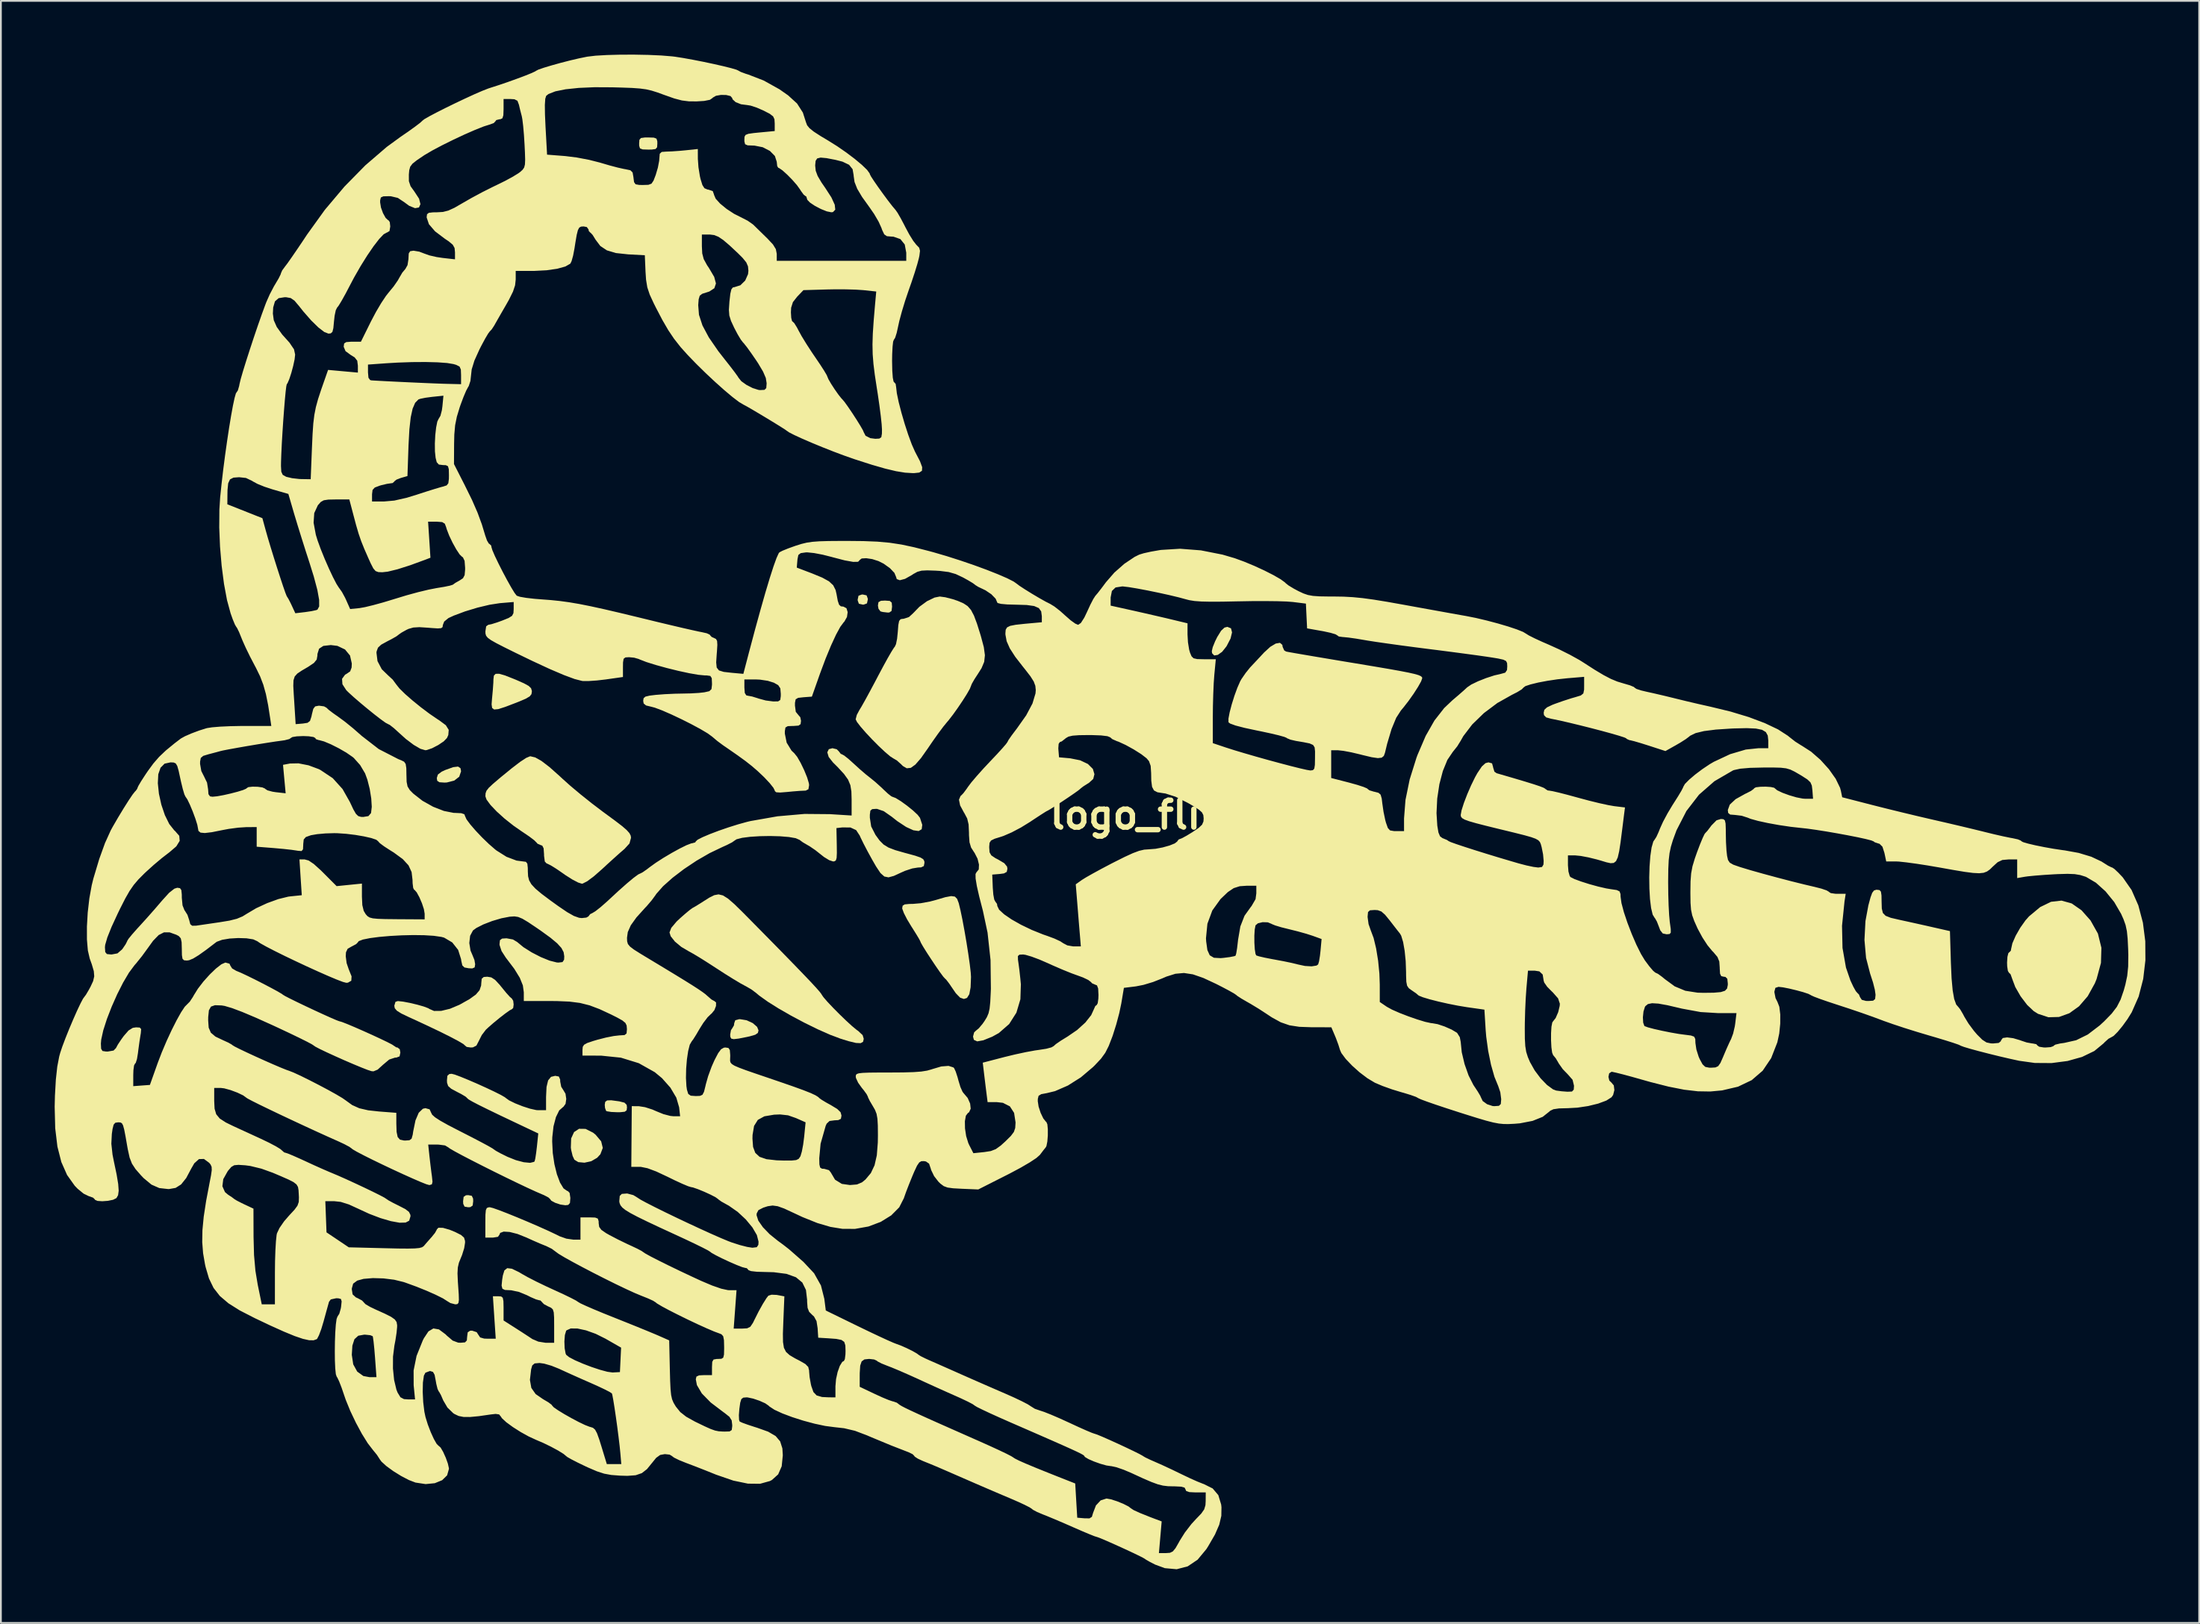
<source format=kicad_pcb>
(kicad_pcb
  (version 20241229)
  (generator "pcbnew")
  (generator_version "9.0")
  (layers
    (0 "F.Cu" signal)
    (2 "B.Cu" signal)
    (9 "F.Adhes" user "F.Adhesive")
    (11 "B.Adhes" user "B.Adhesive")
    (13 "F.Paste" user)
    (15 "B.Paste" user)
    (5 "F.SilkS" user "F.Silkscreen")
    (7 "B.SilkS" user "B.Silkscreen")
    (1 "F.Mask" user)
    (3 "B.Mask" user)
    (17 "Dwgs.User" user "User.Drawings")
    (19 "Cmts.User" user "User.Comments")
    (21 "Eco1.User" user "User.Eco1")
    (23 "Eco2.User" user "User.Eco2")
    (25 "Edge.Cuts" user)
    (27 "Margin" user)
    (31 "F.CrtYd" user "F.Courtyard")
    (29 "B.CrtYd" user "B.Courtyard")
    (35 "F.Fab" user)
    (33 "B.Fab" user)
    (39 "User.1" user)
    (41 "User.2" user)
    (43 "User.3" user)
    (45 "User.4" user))
  (footprint "logo_flipped"
    (layer "F.Cu")
    (at 62.409 42.441)
    (property "Reference" "logo_flipped" (at 0 0 0) (layer "F.SilkS") (effects (font (size 1.5 1.5) (thickness 0.3))))
    (attr board_only exclude_from_pos_files exclude_from_bom)
    (fp_poly (pts (xy -39.14 21.26) (xy -39.066 21.415) (xy -39.06 21.562) (xy -39.09 21.804) (xy -39.219 21.892) (xy -39.342 21.9) (xy -39.543 21.864) (xy -39.617 21.709) (xy -39.624 21.562) (xy -39.594 21.32) (xy -39.465 21.231) (xy -39.342 21.223)) (stroke (width 0) (type solid)) (fill yes) (layer "F.SilkS"))
    (fp_poly (pts (xy -17.114 -12.258) (xy -17.047 -12.075) (xy -17.046 -12.023) (xy -17.093 -11.808) (xy -17.276 -11.742) (xy -17.328 -11.74) (xy -17.543 -11.787) (xy -17.609 -11.971) (xy -17.611 -12.023) (xy -17.564 -12.237) (xy -17.38 -12.304) (xy -17.328 -12.305)) (stroke (width 0) (type solid)) (fill yes) (layer "F.SilkS"))
    (fp_poly (pts (xy -15.821 -11.947) (xy -15.712 -11.852) (xy -15.692 -11.628) (xy -15.722 -11.386) (xy -15.847 -11.301) (xy -15.946 -11.298) (xy -16.213 -11.329) (xy -16.341 -11.364) (xy -16.45 -11.508) (xy -16.482 -11.693) (xy -16.451 -11.878) (xy -16.313 -11.954) (xy -16.087 -11.966)) (stroke (width 0) (type solid)) (fill yes) (layer "F.SilkS"))
    (fp_poly (pts (xy -39.768 -2.607) (xy -39.737 -2.434) (xy -39.839 -2.134) (xy -40.119 -1.917) (xy -40.532 -1.812) (xy -40.665 -1.806) (xy -40.947 -1.825) (xy -41.068 -1.908) (xy -41.091 -2.06) (xy -41.031 -2.254) (xy -40.82 -2.415) (xy -40.61 -2.512) (xy -40.176 -2.667) (xy -39.905 -2.7)) (stroke (width 0) (type solid)) (fill yes) (layer "F.SilkS"))
    (fp_poly (pts (xy -28.982 -37.808) (xy -28.834 -37.751) (xy -28.79 -37.607) (xy -28.787 -37.479) (xy -28.801 -37.271) (xy -28.886 -37.172) (xy -29.103 -37.142) (xy -29.295 -37.14) (xy -29.607 -37.15) (xy -29.755 -37.207) (xy -29.8 -37.351) (xy -29.803 -37.479) (xy -29.788 -37.687) (xy -29.703 -37.786) (xy -29.486 -37.816) (xy -29.295 -37.818)) (stroke (width 0) (type solid)) (fill yes) (layer "F.SilkS"))
    (fp_poly (pts (xy 3.216 -10.417) (xy 3.274 -10.19) (xy 3.19 -9.846) (xy 2.965 -9.412) (xy 2.963 -9.41) (xy 2.721 -9.107) (xy 2.479 -8.934) (xy 2.279 -8.902) (xy 2.16 -9.027) (xy 2.145 -9.145) (xy 2.197 -9.367) (xy 2.331 -9.697) (xy 2.449 -9.935) (xy 2.665 -10.285) (xy 2.853 -10.459) (xy 3.014 -10.499)) (stroke (width 0) (type solid)) (fill yes) (layer "F.SilkS"))
    (fp_poly (pts (xy -32.793 17.525) (xy -32.375 17.735) (xy -32.234 17.848) (xy -31.921 18.22) (xy -31.831 18.587) (xy -31.964 18.94) (xy -32.145 19.137) (xy -32.474 19.329) (xy -32.852 19.412) (xy -33.198 19.38) (xy -33.415 19.247) (xy -33.514 19.035) (xy -33.594 18.703) (xy -33.613 18.572) (xy -33.596 18.059) (xy -33.434 17.703) (xy -33.156 17.52)) (stroke (width 0) (type solid)) (fill yes) (layer "F.SilkS"))
    (fp_poly (pts (xy -30.953 15.982) (xy -30.903 15.99) (xy -30.619 16.062) (xy -30.499 16.183) (xy -30.48 16.327) (xy -30.501 16.488) (xy -30.605 16.567) (xy -30.848 16.593) (xy -31.026 16.595) (xy -31.36 16.58) (xy -31.593 16.544) (xy -31.647 16.519) (xy -31.706 16.358) (xy -31.722 16.181) (xy -31.696 16.017) (xy -31.589 15.936) (xy -31.357 15.928)) (stroke (width 0) (type solid)) (fill yes) (layer "F.SilkS"))
    (fp_poly (pts (xy -23.801 11.464) (xy -23.463 11.621) (xy -23.221 11.832) (xy -23.143 12.028) (xy -23.18 12.169) (xy -23.326 12.27) (xy -23.629 12.358) (xy -23.798 12.395) (xy -24.249 12.484) (xy -24.523 12.516) (xy -24.664 12.487) (xy -24.716 12.388) (xy -24.723 12.255) (xy -24.681 12.016) (xy -24.61 11.91) (xy -24.515 11.751) (xy -24.497 11.621) (xy -24.439 11.458) (xy -24.228 11.403) (xy -24.167 11.402)) (stroke (width 0) (type solid)) (fill yes) (layer "F.SilkS"))
    (fp_poly (pts (xy -37.283 -7.786) (xy -36.789 -7.591) (xy -36.662 -7.538) (xy -36.227 -7.346) (xy -35.964 -7.201) (xy -35.832 -7.072) (xy -35.789 -6.93) (xy -35.787 -6.886) (xy -35.81 -6.742) (xy -35.905 -6.621) (xy -36.113 -6.496) (xy -36.473 -6.34) (xy -36.734 -6.237) (xy -37.289 -6.026) (xy -37.664 -5.907) (xy -37.893 -5.886) (xy -38.005 -5.972) (xy -38.034 -6.173) (xy -38.01 -6.497) (xy -38.003 -6.564) (xy -37.964 -6.995) (xy -37.937 -7.383) (xy -37.931 -7.58) (xy -37.906 -7.777) (xy -37.811 -7.877) (xy -37.614 -7.881)) (stroke (width 0) (type solid)) (fill yes) (layer "F.SilkS"))
    (fp_poly (pts (xy 50.115 4.94) (xy 50.665 5.323) (xy 51.166 5.889) (xy 51.579 6.624) (xy 51.773 7.414) (xy 51.749 8.258) (xy 51.506 9.157) (xy 51.407 9.401) (xy 51.009 10.12) (xy 50.527 10.68) (xy 49.984 11.07) (xy 49.406 11.278) (xy 48.817 11.293) (xy 48.242 11.104) (xy 47.998 10.952) (xy 47.629 10.603) (xy 47.267 10.126) (xy 46.968 9.606) (xy 46.79 9.132) (xy 46.786 9.117) (xy 46.705 8.892) (xy 46.614 8.805) (xy 46.555 8.704) (xy 46.517 8.444) (xy 46.51 8.241) (xy 46.531 7.919) (xy 46.582 7.715) (xy 46.623 7.676) (xy 46.719 7.583) (xy 46.737 7.479) (xy 46.807 7.164) (xy 46.989 6.747) (xy 47.246 6.297) (xy 47.54 5.882) (xy 47.738 5.659) (xy 48.359 5.142) (xy 48.962 4.849) (xy 49.548 4.782)) (stroke (width 0) (type solid)) (fill yes) (layer "F.SilkS"))
    (fp_poly (pts (xy -12.188 4.558) (xy -12.063 4.686) (xy -11.975 4.918) (xy -11.969 4.939) (xy -11.877 5.319) (xy -11.768 5.845) (xy -11.653 6.464) (xy -11.54 7.122) (xy -11.439 7.766) (xy -11.357 8.341) (xy -11.304 8.794) (xy -11.289 9.042) (xy -11.311 9.624) (xy -11.383 10.007) (xy -11.512 10.215) (xy -11.686 10.273) (xy -11.899 10.198) (xy -12.135 9.955) (xy -12.3 9.715) (xy -12.508 9.409) (xy -12.675 9.193) (xy -12.75 9.123) (xy -12.842 9.021) (xy -13.022 8.776) (xy -13.256 8.438) (xy -13.511 8.056) (xy -13.757 7.679) (xy -13.959 7.355) (xy -14.085 7.135) (xy -14.111 7.07) (xy -14.168 6.952) (xy -14.321 6.694) (xy -14.539 6.345) (xy -14.619 6.221) (xy -14.856 5.827) (xy -15.034 5.479) (xy -15.123 5.239) (xy -15.127 5.201) (xy -15.101 5.064) (xy -14.986 4.993) (xy -14.727 4.968) (xy -14.534 4.966) (xy -14.094 4.928) (xy -13.577 4.833) (xy -13.226 4.74) (xy -12.726 4.592) (xy -12.395 4.53)) (stroke (width 0) (type solid)) (fill yes) (layer "F.SilkS"))
    (fp_poly (pts (xy -38.052 9.068) (xy -37.84 9.206) (xy -37.583 9.483) (xy -37.469 9.624) (xy -37.218 9.931) (xy -37.013 10.158) (xy -36.902 10.254) (xy -36.829 10.372) (xy -36.804 10.581) (xy -36.828 10.771) (xy -36.889 10.837) (xy -37.018 10.905) (xy -37.267 11.081) (xy -37.583 11.326) (xy -37.916 11.599) (xy -38.215 11.859) (xy -38.357 11.993) (xy -38.582 12.289) (xy -38.746 12.615) (xy -38.881 12.876) (xy -39.073 12.974) (xy -39.195 12.982) (xy -39.423 12.95) (xy -39.511 12.878) (xy -39.611 12.788) (xy -39.898 12.618) (xy -40.35 12.379) (xy -40.947 12.082) (xy -41.668 11.738) (xy -42.492 11.357) (xy -42.644 11.288) (xy -43.066 11.086) (xy -43.316 10.93) (xy -43.435 10.791) (xy -43.462 10.651) (xy -43.398 10.434) (xy -43.265 10.39) (xy -42.975 10.421) (xy -42.589 10.494) (xy -42.178 10.592) (xy -41.813 10.696) (xy -41.566 10.79) (xy -41.51 10.826) (xy -41.246 10.942) (xy -40.845 10.938) (xy -40.356 10.82) (xy -39.828 10.597) (xy -39.809 10.587) (xy -39.27 10.284) (xy -38.912 10.026) (xy -38.705 9.782) (xy -38.618 9.523) (xy -38.61 9.398) (xy -38.586 9.145) (xy -38.473 9.046) (xy -38.272 9.031)) (stroke (width 0) (type solid)) (fill yes) (layer "F.SilkS"))
    (fp_poly (pts (xy -35.6 -3.211) (xy -35.25 -3.013) (xy -34.8 -2.668) (xy -34.232 -2.162) (xy -34.092 -2.031) (xy -33.635 -1.621) (xy -33.058 -1.138) (xy -32.43 -0.637) (xy -31.818 -0.172) (xy -31.696 -0.082) (xy -31.144 0.323) (xy -30.751 0.624) (xy -30.493 0.848) (xy -30.342 1.019) (xy -30.272 1.16) (xy -30.256 1.277) (xy -30.342 1.593) (xy -30.62 1.898) (xy -30.86 2.105) (xy -31.21 2.418) (xy -31.613 2.785) (xy -31.867 3.02) (xy -32.327 3.424) (xy -32.696 3.7) (xy -32.949 3.83) (xy -33 3.838) (xy -33.204 3.774) (xy -33.528 3.605) (xy -33.911 3.362) (xy -34.036 3.274) (xy -34.41 3.016) (xy -34.724 2.82) (xy -34.928 2.718) (xy -34.964 2.709) (xy -35.066 2.601) (xy -35.108 2.278) (xy -35.108 2.201) (xy -35.132 1.862) (xy -35.21 1.71) (xy -35.272 1.693) (xy -35.471 1.607) (xy -35.526 1.542) (xy -35.662 1.408) (xy -35.934 1.202) (xy -36.284 0.964) (xy -36.309 0.949) (xy -36.82 0.594) (xy -37.311 0.204) (xy -37.747 -0.19) (xy -38.093 -0.554) (xy -38.315 -0.855) (xy -38.38 -1.038) (xy -38.37 -1.207) (xy -38.32 -1.35) (xy -38.197 -1.509) (xy -37.969 -1.724) (xy -37.605 -2.035) (xy -37.536 -2.093) (xy -36.916 -2.6) (xy -36.446 -2.96) (xy -36.112 -3.18) (xy -35.901 -3.27) (xy -35.867 -3.274)) (stroke (width 0) (type solid)) (fill yes) (layer "F.SilkS"))
    (fp_poly (pts (xy -25.129 4.492) (xy -24.851 4.666) (xy -24.503 4.966) (xy -24.052 5.407) (xy -23.682 5.781) (xy -22.705 6.772) (xy -21.879 7.613) (xy -21.197 8.313) (xy -20.65 8.88) (xy -20.228 9.322) (xy -19.925 9.65) (xy -19.731 9.871) (xy -19.638 9.995) (xy -19.627 10.016) (xy -19.526 10.168) (xy -19.297 10.432) (xy -18.982 10.766) (xy -18.621 11.13) (xy -18.255 11.484) (xy -17.924 11.787) (xy -17.668 11.999) (xy -17.584 12.057) (xy -17.334 12.292) (xy -17.272 12.499) (xy -17.31 12.663) (xy -17.445 12.74) (xy -17.706 12.728) (xy -18.122 12.628) (xy -18.57 12.489) (xy -19.154 12.269) (xy -19.839 11.965) (xy -20.576 11.603) (xy -21.319 11.208) (xy -22.02 10.806) (xy -22.63 10.423) (xy -23.103 10.085) (xy -23.278 9.937) (xy -23.541 9.74) (xy -23.874 9.548) (xy -23.91 9.531) (xy -24.16 9.394) (xy -24.545 9.164) (xy -25.01 8.873) (xy -25.485 8.566) (xy -25.973 8.25) (xy -26.425 7.965) (xy -26.792 7.745) (xy -27.018 7.621) (xy -27.45 7.367) (xy -27.807 7.07) (xy -28.041 6.774) (xy -28.109 6.561) (xy -28.009 6.302) (xy -27.715 5.952) (xy -27.528 5.775) (xy -27.219 5.503) (xy -26.965 5.294) (xy -26.823 5.193) (xy -26.823 5.193) (xy -26.661 5.102) (xy -26.387 4.933) (xy -26.215 4.823) (xy -25.881 4.612) (xy -25.611 4.478) (xy -25.372 4.434)) (stroke (width 0) (type solid)) (fill yes) (layer "F.SilkS"))
    (fp_poly (pts (xy -12.722 -12.151) (xy -12.312 -12.045) (xy -12.02 -11.946) (xy -11.713 -11.813) (xy -11.477 -11.657) (xy -11.289 -11.441) (xy -11.123 -11.126) (xy -10.954 -10.673) (xy -10.757 -10.045) (xy -10.731 -9.956) (xy -10.574 -9.365) (xy -10.513 -8.916) (xy -10.553 -8.547) (xy -10.7 -8.194) (xy -10.894 -7.887) (xy -11.102 -7.567) (xy -11.245 -7.316) (xy -11.289 -7.204) (xy -11.351 -7.046) (xy -11.515 -6.757) (xy -11.749 -6.387) (xy -12.019 -5.986) (xy -12.292 -5.603) (xy -12.535 -5.289) (xy -12.623 -5.186) (xy -12.832 -4.93) (xy -13.121 -4.543) (xy -13.447 -4.083) (xy -13.69 -3.725) (xy -14.078 -3.175) (xy -14.39 -2.814) (xy -14.647 -2.628) (xy -14.873 -2.605) (xy -15.09 -2.73) (xy -15.189 -2.83) (xy -15.422 -3.038) (xy -15.611 -3.15) (xy -15.801 -3.272) (xy -16.089 -3.517) (xy -16.435 -3.843) (xy -16.803 -4.213) (xy -17.153 -4.587) (xy -17.448 -4.926) (xy -17.651 -5.19) (xy -17.724 -5.338) (xy -17.661 -5.582) (xy -17.517 -5.853) (xy -17.394 -6.056) (xy -17.191 -6.416) (xy -16.932 -6.892) (xy -16.64 -7.439) (xy -16.486 -7.733) (xy -16.196 -8.278) (xy -15.936 -8.752) (xy -15.724 -9.119) (xy -15.583 -9.341) (xy -15.541 -9.39) (xy -15.473 -9.535) (xy -15.412 -9.838) (xy -15.374 -10.209) (xy -15.343 -10.606) (xy -15.299 -10.828) (xy -15.219 -10.926) (xy -15.082 -10.95) (xy -15.046 -10.95) (xy -14.75 -11.048) (xy -14.533 -11.245) (xy -14.169 -11.62) (xy -13.743 -11.932) (xy -13.321 -12.135) (xy -13.032 -12.192)) (stroke (width 0) (type solid)) (fill yes) (layer "F.SilkS"))
    (fp_poly (pts (xy -29.29 -42.426) (xy -28.568 -42.394) (xy -27.966 -42.345) (xy -27.807 -42.326) (xy -27.342 -42.253) (xy -26.795 -42.154) (xy -26.21 -42.039) (xy -25.632 -41.916) (xy -25.105 -41.796) (xy -24.673 -41.688) (xy -24.379 -41.602) (xy -24.271 -41.552) (xy -24.137 -41.477) (xy -23.864 -41.376) (xy -23.707 -41.327) (xy -22.853 -40.996) (xy -21.976 -40.507) (xy -21.493 -40.169) (xy -20.992 -39.712) (xy -20.669 -39.207) (xy -20.495 -38.664) (xy -20.431 -38.497) (xy -20.297 -38.333) (xy -20.059 -38.142) (xy -19.681 -37.897) (xy -19.269 -37.651) (xy -18.756 -37.33) (xy -18.246 -36.977) (xy -17.774 -36.62) (xy -17.376 -36.287) (xy -17.087 -36.008) (xy -16.943 -35.81) (xy -16.933 -35.768) (xy -16.87 -35.645) (xy -16.704 -35.39) (xy -16.469 -35.05) (xy -16.198 -34.673) (xy -15.927 -34.306) (xy -15.688 -33.997) (xy -15.517 -33.793) (xy -15.5 -33.775) (xy -15.383 -33.607) (xy -15.204 -33.296) (xy -14.997 -32.903) (xy -14.953 -32.815) (xy -14.732 -32.402) (xy -14.514 -32.05) (xy -14.34 -31.826) (xy -14.317 -31.805) (xy -14.179 -31.66) (xy -14.134 -31.491) (xy -14.168 -31.216) (xy -14.199 -31.071) (xy -14.286 -30.744) (xy -14.43 -30.274) (xy -14.61 -29.73) (xy -14.763 -29.295) (xy -14.962 -28.708) (xy -15.144 -28.109) (xy -15.287 -27.579) (xy -15.35 -27.291) (xy -15.434 -26.911) (xy -15.52 -26.638) (xy -15.589 -26.529) (xy -15.591 -26.529) (xy -15.633 -26.424) (xy -15.665 -26.14) (xy -15.686 -25.723) (xy -15.692 -25.344) (xy -15.681 -24.801) (xy -15.652 -24.406) (xy -15.608 -24.19) (xy -15.579 -24.158) (xy -15.493 -24.062) (xy -15.466 -23.884) (xy -15.427 -23.541) (xy -15.324 -23.046) (xy -15.171 -22.455) (xy -14.987 -21.825) (xy -14.788 -21.214) (xy -14.591 -20.679) (xy -14.413 -20.278) (xy -14.388 -20.231) (xy -14.135 -19.744) (xy -14.013 -19.414) (xy -14.024 -19.213) (xy -14.173 -19.112) (xy -14.464 -19.08) (xy -14.534 -19.08) (xy -14.966 -19.106) (xy -15.47 -19.188) (xy -16.079 -19.333) (xy -16.827 -19.549) (xy -17.748 -19.845) (xy -17.836 -19.875) (xy -18.372 -20.063) (xy -18.968 -20.287) (xy -19.583 -20.53) (xy -20.179 -20.776) (xy -20.715 -21.008) (xy -21.151 -21.209) (xy -21.449 -21.362) (xy -21.562 -21.442) (xy -21.674 -21.521) (xy -21.934 -21.687) (xy -22.295 -21.91) (xy -22.711 -22.163) (xy -23.134 -22.417) (xy -23.518 -22.644) (xy -23.817 -22.816) (xy -23.983 -22.904) (xy -23.989 -22.906) (xy -24.236 -23.055) (xy -24.605 -23.337) (xy -25.061 -23.721) (xy -25.571 -24.177) (xy -26.101 -24.674) (xy -26.617 -25.181) (xy -27.086 -25.666) (xy -27.475 -26.099) (xy -27.513 -26.145) (xy -27.859 -26.586) (xy -28.179 -27.063) (xy -28.507 -27.628) (xy -28.876 -28.335) (xy -28.938 -28.46) (xy -26.507 -28.46) (xy -26.465 -27.919) (xy -26.271 -27.325) (xy -25.915 -26.656) (xy -25.388 -25.891) (xy -25.076 -25.491) (xy -24.757 -25.087) (xy -24.493 -24.743) (xy -24.316 -24.499) (xy -24.256 -24.403) (xy -24.102 -24.211) (xy -23.811 -24.003) (xy -23.464 -23.826) (xy -23.141 -23.725) (xy -23.058 -23.716) (xy -22.812 -23.728) (xy -22.711 -23.827) (xy -22.691 -24.079) (xy -22.691 -24.106) (xy -22.737 -24.393) (xy -22.89 -24.748) (xy -23.168 -25.216) (xy -23.274 -25.376) (xy -23.547 -25.773) (xy -23.787 -26.106) (xy -23.958 -26.322) (xy -24.004 -26.37) (xy -24.128 -26.529) (xy -24.307 -26.828) (xy -24.495 -27.184) (xy -24.677 -27.575) (xy -24.772 -27.878) (xy -24.785 -28.054) (xy -21.336 -28.054) (xy -21.318 -27.751) (xy -21.273 -27.568) (xy -21.246 -27.545) (xy -21.148 -27.452) (xy -21.001 -27.216) (xy -20.911 -27.043) (xy -20.74 -26.731) (xy -20.479 -26.304) (xy -20.171 -25.829) (xy -19.986 -25.557) (xy -19.705 -25.143) (xy -19.48 -24.794) (xy -19.339 -24.554) (xy -19.304 -24.471) (xy -19.243 -24.324) (xy -19.091 -24.062) (xy -18.889 -23.751) (xy -18.681 -23.456) (xy -18.511 -23.243) (xy -18.466 -23.199) (xy -18.341 -23.05) (xy -18.144 -22.775) (xy -17.908 -22.426) (xy -17.668 -22.056) (xy -17.459 -21.719) (xy -17.316 -21.469) (xy -17.272 -21.362) (xy -17.17 -21.165) (xy -16.907 -21.033) (xy -16.629 -20.997) (xy -16.402 -21.009) (xy -16.293 -21.084) (xy -16.259 -21.284) (xy -16.256 -21.519) (xy -16.274 -21.811) (xy -16.323 -22.273) (xy -16.398 -22.853) (xy -16.491 -23.498) (xy -16.548 -23.861) (xy -16.656 -24.571) (xy -16.731 -25.172) (xy -16.774 -25.718) (xy -16.785 -26.266) (xy -16.767 -26.87) (xy -16.719 -27.586) (xy -16.644 -28.467) (xy -16.639 -28.523) (xy -16.576 -29.218) (xy -17.293 -29.295) (xy -17.71 -29.323) (xy -18.27 -29.339) (xy -18.889 -29.341) (xy -19.324 -29.333) (xy -20.637 -29.295) (xy -20.987 -28.929) (xy -21.224 -28.627) (xy -21.323 -28.315) (xy -21.336 -28.054) (xy -24.785 -28.054) (xy -24.796 -28.193) (xy -24.768 -28.622) (xy -24.764 -28.67) (xy -24.716 -29.092) (xy -24.659 -29.335) (xy -24.578 -29.443) (xy -24.482 -29.464) (xy -24.156 -29.566) (xy -23.886 -29.83) (xy -23.727 -30.19) (xy -23.707 -30.376) (xy -23.731 -30.624) (xy -23.827 -30.845) (xy -24.033 -31.098) (xy -24.299 -31.363) (xy -24.764 -31.798) (xy -25.112 -32.094) (xy -25.384 -32.276) (xy -25.619 -32.369) (xy -25.854 -32.399) (xy -25.898 -32.399) (xy -26.303 -32.399) (xy -26.303 -31.751) (xy -26.283 -31.344) (xy -26.2 -31.028) (xy -26.018 -30.695) (xy -25.9 -30.517) (xy -25.616 -30.035) (xy -25.518 -29.668) (xy -25.607 -29.402) (xy -25.884 -29.22) (xy -26.021 -29.175) (xy -26.285 -29.091) (xy -26.423 -28.983) (xy -26.482 -28.782) (xy -26.507 -28.46) (xy -28.938 -28.46) (xy -28.989 -28.561) (xy -29.214 -29.049) (xy -29.347 -29.451) (xy -29.417 -29.874) (xy -29.447 -30.325) (xy -29.486 -31.243) (xy -30.409 -31.292) (xy -31.094 -31.365) (xy -31.6 -31.515) (xy -31.968 -31.759) (xy -32.237 -32.116) (xy -32.249 -32.137) (xy -32.4 -32.38) (xy -32.52 -32.507) (xy -32.538 -32.512) (xy -32.615 -32.604) (xy -32.625 -32.681) (xy -32.723 -32.818) (xy -32.905 -32.851) (xy -33.045 -32.841) (xy -33.145 -32.785) (xy -33.219 -32.644) (xy -33.286 -32.38) (xy -33.359 -31.953) (xy -33.411 -31.618) (xy -33.486 -31.224) (xy -33.571 -30.917) (xy -33.64 -30.775) (xy -33.917 -30.615) (xy -34.374 -30.489) (xy -34.964 -30.404) (xy -35.643 -30.369) (xy -35.701 -30.369) (xy -36.689 -30.367) (xy -36.689 -29.885) (xy -36.723 -29.567) (xy -36.841 -29.212) (xy -37.063 -28.763) (xy -37.21 -28.502) (xy -37.461 -28.068) (xy -37.683 -27.68) (xy -37.842 -27.4) (xy -37.88 -27.33) (xy -38.028 -27.104) (xy -38.135 -26.992) (xy -38.229 -26.866) (xy -38.394 -26.587) (xy -38.6 -26.204) (xy -38.707 -25.995) (xy -38.992 -25.365) (xy -39.144 -24.872) (xy -39.176 -24.584) (xy -39.215 -24.228) (xy -39.309 -23.94) (xy -39.342 -23.888) (xy -39.452 -23.684) (xy -39.602 -23.331) (xy -39.765 -22.895) (xy -39.812 -22.759) (xy -39.972 -22.231) (xy -40.068 -21.756) (xy -40.114 -21.235) (xy -40.126 -20.715) (xy -40.132 -19.586) (xy -39.529 -18.401) (xy -39.125 -17.579) (xy -38.818 -16.875) (xy -38.577 -16.219) (xy -38.392 -15.607) (xy -38.29 -15.317) (xy -38.187 -15.146) (xy -38.152 -15.127) (xy -38.056 -15.036) (xy -38.044 -14.958) (xy -37.991 -14.78) (xy -37.852 -14.457) (xy -37.651 -14.038) (xy -37.415 -13.572) (xy -37.169 -13.11) (xy -36.939 -12.7) (xy -36.752 -12.393) (xy -36.631 -12.238) (xy -36.63 -12.237) (xy -36.453 -12.178) (xy -36.107 -12.118) (xy -35.645 -12.065) (xy -35.269 -12.035) (xy -34.739 -11.995) (xy -34.231 -11.943) (xy -33.712 -11.872) (xy -33.15 -11.777) (xy -32.512 -11.65) (xy -31.763 -11.486) (xy -30.871 -11.278) (xy -29.802 -11.02) (xy -29.502 -10.947) (xy -28.723 -10.757) (xy -27.992 -10.583) (xy -27.346 -10.431) (xy -26.821 -10.312) (xy -26.455 -10.232) (xy -26.313 -10.205) (xy -26.027 -10.14) (xy -25.865 -10.064) (xy -25.852 -10.04) (xy -25.759 -9.937) (xy -25.628 -9.878) (xy -25.514 -9.822) (xy -25.454 -9.711) (xy -25.44 -9.493) (xy -25.463 -9.116) (xy -25.474 -8.984) (xy -25.505 -8.517) (xy -25.476 -8.227) (xy -25.349 -8.066) (xy -25.084 -7.985) (xy -24.643 -7.935) (xy -24.63 -7.934) (xy -23.989 -7.876) (xy -23.668 -9.103) (xy -23.34 -10.336) (xy -23.035 -11.445) (xy -22.759 -12.415) (xy -22.514 -13.23) (xy -22.306 -13.877) (xy -22.139 -14.34) (xy -22.018 -14.606) (xy -21.978 -14.658) (xy -21.81 -14.746) (xy -21.492 -14.876) (xy -21.091 -15.02) (xy -21.054 -15.032) (xy -20.745 -15.129) (xy -20.455 -15.199) (xy -20.137 -15.246) (xy -19.748 -15.275) (xy -19.242 -15.29) (xy -18.575 -15.295) (xy -18.232 -15.296) (xy -17.292 -15.287) (xy -16.512 -15.256) (xy -15.824 -15.194) (xy -15.163 -15.093) (xy -14.462 -14.943) (xy -13.654 -14.736) (xy -13.377 -14.661) (xy -12.645 -14.447) (xy -11.884 -14.204) (xy -11.129 -13.946) (xy -10.418 -13.685) (xy -9.786 -13.435) (xy -9.271 -13.212) (xy -8.908 -13.027) (xy -8.757 -12.921) (xy -8.585 -12.791) (xy -8.275 -12.588) (xy -7.888 -12.348) (xy -7.486 -12.11) (xy -7.127 -11.908) (xy -6.873 -11.78) (xy -6.873 -11.78) (xy -6.635 -11.634) (xy -6.315 -11.384) (xy -6.033 -11.131) (xy -5.729 -10.864) (xy -5.467 -10.677) (xy -5.311 -10.612) (xy -5.159 -10.717) (xy -4.966 -11.019) (xy -4.807 -11.353) (xy -4.629 -11.74) (xy -4.467 -12.053) (xy -4.446 -12.085) (xy -3.499 -12.085) (xy -3.499 -11.684) (xy -2.286 -11.415) (xy -1.66 -11.274) (xy -0.994 -11.121) (xy -0.391 -10.981) (xy -0.141 -10.921) (xy 0.79 -10.697) (xy 0.79 -10.069) (xy 0.815 -9.636) (xy 0.88 -9.232) (xy 0.926 -9.067) (xy 1.014 -8.857) (xy 1.127 -8.745) (xy 1.33 -8.7) (xy 1.69 -8.692) (xy 1.715 -8.692) (xy 2.368 -8.692) (xy 2.285 -7.818) (xy 2.251 -7.349) (xy 2.225 -6.737) (xy 2.207 -6.064) (xy 2.201 -5.475) (xy 2.201 -4.008) (xy 2.935 -3.762) (xy 3.401 -3.613) (xy 3.976 -3.441) (xy 4.618 -3.255) (xy 5.288 -3.067) (xy 5.945 -2.889) (xy 6.549 -2.73) (xy 7.061 -2.602) (xy 7.438 -2.516) (xy 7.642 -2.482) (xy 7.648 -2.482) (xy 7.786 -2.5) (xy 7.862 -2.586) (xy 7.895 -2.792) (xy 7.902 -3.168) (xy 7.902 -3.208) (xy 7.904 -3.55) (xy 7.881 -3.771) (xy 7.794 -3.907) (xy 7.601 -3.992) (xy 7.264 -4.06) (xy 6.83 -4.133) (xy 6.53 -4.203) (xy 6.34 -4.282) (xy 6.317 -4.303) (xy 6.19 -4.357) (xy 5.882 -4.443) (xy 5.436 -4.549) (xy 4.893 -4.666) (xy 4.696 -4.705) (xy 3.986 -4.857) (xy 3.472 -4.99) (xy 3.164 -5.103) (xy 3.075 -5.173) (xy 3.073 -5.375) (xy 3.14 -5.726) (xy 3.256 -6.169) (xy 3.404 -6.644) (xy 3.567 -7.092) (xy 3.726 -7.455) (xy 3.797 -7.582) (xy 4.029 -7.919) (xy 4.272 -8.222) (xy 4.313 -8.267) (xy 4.532 -8.5) (xy 4.83 -8.818) (xy 5.062 -9.068) (xy 5.406 -9.384) (xy 5.712 -9.567) (xy 5.947 -9.608) (xy 6.079 -9.495) (xy 6.096 -9.383) (xy 6.186 -9.182) (xy 6.294 -9.12) (xy 6.449 -9.09) (xy 6.8 -9.028) (xy 7.318 -8.939) (xy 7.976 -8.827) (xy 8.745 -8.698) (xy 9.598 -8.555) (xy 10.187 -8.458) (xy 11.199 -8.289) (xy 12.01 -8.151) (xy 12.641 -8.038) (xy 13.115 -7.946) (xy 13.453 -7.87) (xy 13.677 -7.805) (xy 13.809 -7.746) (xy 13.871 -7.688) (xy 13.885 -7.635) (xy 13.82 -7.453) (xy 13.648 -7.146) (xy 13.404 -6.765) (xy 13.119 -6.362) (xy 12.829 -5.989) (xy 12.698 -5.835) (xy 12.431 -5.421) (xy 12.172 -4.794) (xy 11.925 -3.966) (xy 11.806 -3.471) (xy 11.742 -3.295) (xy 11.622 -3.196) (xy 11.408 -3.172) (xy 11.064 -3.222) (xy 10.552 -3.344) (xy 10.386 -3.387) (xy 9.922 -3.496) (xy 9.495 -3.576) (xy 9.19 -3.61) (xy 9.172 -3.611) (xy 8.805 -3.612) (xy 8.805 -2.837) (xy 8.805 -2.062) (xy 9.821 -1.8) (xy 10.263 -1.677) (xy 10.608 -1.565) (xy 10.807 -1.48) (xy 10.837 -1.452) (xy 10.936 -1.375) (xy 11.176 -1.302) (xy 11.218 -1.294) (xy 11.441 -1.237) (xy 11.562 -1.133) (xy 11.624 -0.919) (xy 11.659 -0.63) (xy 11.725 -0.173) (xy 11.82 0.281) (xy 11.861 0.433) (xy 11.965 0.727) (xy 12.088 0.863) (xy 12.307 0.901) (xy 12.436 0.903) (xy 12.869 0.903) (xy 12.869 0.198) (xy 12.892 -0.101) (xy 14.681 -0.101) (xy 14.724 0.597) (xy 14.788 0.979) (xy 14.876 1.192) (xy 15.015 1.296) (xy 15.05 1.308) (xy 15.268 1.399) (xy 15.353 1.459) (xy 15.477 1.517) (xy 15.784 1.627) (xy 16.24 1.779) (xy 16.811 1.963) (xy 17.465 2.167) (xy 18.166 2.381) (xy 18.881 2.593) (xy 19.26 2.704) (xy 19.699 2.819) (xy 20.092 2.902) (xy 20.354 2.935) (xy 20.36 2.935) (xy 20.567 2.905) (xy 20.647 2.77) (xy 20.658 2.568) (xy 20.625 2.2) (xy 20.547 1.805) (xy 20.541 1.782) (xy 20.499 1.63) (xy 20.449 1.512) (xy 20.363 1.416) (xy 20.21 1.329) (xy 19.961 1.239) (xy 19.588 1.134) (xy 19.061 1.001) (xy 18.35 0.828) (xy 18.175 0.786) (xy 17.436 0.604) (xy 16.888 0.463) (xy 16.503 0.352) (xy 16.253 0.261) (xy 16.11 0.179) (xy 16.045 0.096) (xy 16.03 0.005) (xy 16.078 -0.26) (xy 16.207 -0.665) (xy 16.392 -1.149) (xy 16.609 -1.65) (xy 16.834 -2.11) (xy 16.964 -2.342) (xy 17.21 -2.706) (xy 17.413 -2.891) (xy 17.578 -2.935) (xy 17.778 -2.88) (xy 17.836 -2.677) (xy 17.836 -2.66) (xy 17.912 -2.414) (xy 18.034 -2.329) (xy 18.911 -2.074) (xy 19.591 -1.872) (xy 20.093 -1.717) (xy 20.439 -1.602) (xy 20.649 -1.52) (xy 20.744 -1.464) (xy 20.753 -1.451) (xy 20.882 -1.368) (xy 20.986 -1.355) (xy 21.165 -1.325) (xy 21.512 -1.245) (xy 21.98 -1.125) (xy 22.52 -0.978) (xy 22.585 -0.96) (xy 23.181 -0.8) (xy 23.759 -0.658) (xy 24.253 -0.55) (xy 24.592 -0.491) (xy 25.195 -0.418) (xy 25.142 -0.011) (xy 25.033 0.861) (xy 24.947 1.534) (xy 24.871 2.03) (xy 24.792 2.371) (xy 24.695 2.58) (xy 24.566 2.68) (xy 24.393 2.694) (xy 24.16 2.643) (xy 23.855 2.551) (xy 23.621 2.484) (xy 23.159 2.37) (xy 22.726 2.289) (xy 22.413 2.258) (xy 22.41 2.258) (xy 22.013 2.258) (xy 22.013 2.808) (xy 22.041 3.159) (xy 22.111 3.408) (xy 22.154 3.467) (xy 22.373 3.578) (xy 22.746 3.716) (xy 23.209 3.863) (xy 23.697 3.997) (xy 24.142 4.1) (xy 24.412 4.145) (xy 24.736 4.193) (xy 24.893 4.269) (xy 24.945 4.417) (xy 24.949 4.56) (xy 24.999 4.921) (xy 25.133 5.426) (xy 25.331 6.018) (xy 25.571 6.643) (xy 25.831 7.244) (xy 26.091 7.766) (xy 26.305 8.118) (xy 26.552 8.45) (xy 26.76 8.694) (xy 26.888 8.803) (xy 26.897 8.805) (xy 27.041 8.874) (xy 27.28 9.049) (xy 27.41 9.159) (xy 27.97 9.569) (xy 28.558 9.814) (xy 29.245 9.921) (xy 29.577 9.93) (xy 30.152 9.923) (xy 30.538 9.889) (xy 30.772 9.816) (xy 30.891 9.688) (xy 30.93 9.493) (xy 30.932 9.413) (xy 30.904 9.146) (xy 30.799 9.041) (xy 30.706 9.031) (xy 30.565 8.998) (xy 30.498 8.861) (xy 30.48 8.563) (xy 30.48 8.519) (xy 30.456 8.18) (xy 30.352 7.926) (xy 30.124 7.655) (xy 30.056 7.587) (xy 29.799 7.275) (xy 29.516 6.841) (xy 29.263 6.373) (xy 29.238 6.322) (xy 29.059 5.922) (xy 28.945 5.602) (xy 28.88 5.289) (xy 28.851 4.908) (xy 28.844 4.386) (xy 28.844 4.29) (xy 28.852 3.707) (xy 28.886 3.262) (xy 28.96 2.867) (xy 29.09 2.435) (xy 29.209 2.096) (xy 29.377 1.652) (xy 29.525 1.294) (xy 29.632 1.07) (xy 29.666 1.023) (xy 29.785 0.896) (xy 29.965 0.66) (xy 30.013 0.593) (xy 30.302 0.3) (xy 30.544 0.226) (xy 30.686 0.238) (xy 30.768 0.306) (xy 30.807 0.479) (xy 30.819 0.805) (xy 30.82 1.044) (xy 30.83 1.523) (xy 30.856 1.973) (xy 30.89 2.281) (xy 30.942 2.514) (xy 31.04 2.663) (xy 31.237 2.777) (xy 31.589 2.9) (xy 31.651 2.92) (xy 32.201 3.086) (xy 32.9 3.283) (xy 33.681 3.494) (xy 34.472 3.701) (xy 35.204 3.883) (xy 35.758 4.013) (xy 36.152 4.113) (xy 36.442 4.212) (xy 36.573 4.29) (xy 36.576 4.299) (xy 36.676 4.363) (xy 36.928 4.4) (xy 37.042 4.403) (xy 37.508 4.403) (xy 37.442 4.826) (xy 37.303 6.188) (xy 37.33 7.423) (xy 37.523 8.52) (xy 37.77 9.236) (xy 37.934 9.588) (xy 38.074 9.838) (xy 38.158 9.934) (xy 38.158 9.934) (xy 38.251 10.028) (xy 38.302 10.16) (xy 38.405 10.32) (xy 38.639 10.382) (xy 38.767 10.386) (xy 39.037 10.369) (xy 39.149 10.277) (xy 39.172 10.053) (xy 39.172 10.033) (xy 39.133 9.752) (xy 39.03 9.347) (xy 38.886 8.902) (xy 38.876 8.875) (xy 38.644 7.98) (xy 38.555 6.975) (xy 38.61 5.927) (xy 38.772 5.052) (xy 38.89 4.612) (xy 38.986 4.349) (xy 39.084 4.219) (xy 39.21 4.178) (xy 39.251 4.177) (xy 39.396 4.195) (xy 39.474 4.283) (xy 39.505 4.495) (xy 39.511 4.85) (xy 39.522 5.226) (xy 39.582 5.472) (xy 39.735 5.63) (xy 40.022 5.742) (xy 40.485 5.85) (xy 40.527 5.859) (xy 40.922 5.945) (xy 41.447 6.061) (xy 42.012 6.187) (xy 42.236 6.238) (xy 43.324 6.485) (xy 43.376 8.238) (xy 43.415 9.119) (xy 43.476 9.793) (xy 43.561 10.275) (xy 43.673 10.584) (xy 43.793 10.722) (xy 43.894 10.85) (xy 44.047 11.11) (xy 44.132 11.272) (xy 44.358 11.644) (xy 44.661 12.052) (xy 44.839 12.26) (xy 45.13 12.55) (xy 45.363 12.7) (xy 45.614 12.753) (xy 45.734 12.756) (xy 46.043 12.727) (xy 46.166 12.628) (xy 46.172 12.587) (xy 46.271 12.453) (xy 46.514 12.418) (xy 46.855 12.463) (xy 47.228 12.573) (xy 47.261 12.587) (xy 47.602 12.7) (xy 47.903 12.755) (xy 47.935 12.756) (xy 48.141 12.797) (xy 48.204 12.869) (xy 48.304 12.94) (xy 48.554 12.979) (xy 48.655 12.982) (xy 48.938 12.961) (xy 49.095 12.907) (xy 49.107 12.885) (xy 49.208 12.82) (xy 49.47 12.758) (xy 49.699 12.726) (xy 50.366 12.576) (xy 51.014 12.257) (xy 51.68 11.749) (xy 51.933 11.515) (xy 52.345 11.092) (xy 52.634 10.715) (xy 52.844 10.307) (xy 53.021 9.792) (xy 53.111 9.468) (xy 53.214 8.982) (xy 53.267 8.459) (xy 53.275 7.821) (xy 53.266 7.493) (xy 53.238 6.913) (xy 53.195 6.487) (xy 53.122 6.145) (xy 53.004 5.816) (xy 52.87 5.517) (xy 52.487 4.86) (xy 52.003 4.265) (xy 51.467 3.783) (xy 50.928 3.465) (xy 50.881 3.446) (xy 50.592 3.355) (xy 50.281 3.303) (xy 49.885 3.288) (xy 49.344 3.303) (xy 49.142 3.313) (xy 48.59 3.347) (xy 48.077 3.387) (xy 47.673 3.427) (xy 47.498 3.451) (xy 47.075 3.524) (xy 47.075 3.004) (xy 47.075 2.484) (xy 46.589 2.484) (xy 46.247 2.514) (xy 45.985 2.638) (xy 45.72 2.879) (xy 45.554 3.041) (xy 45.392 3.157) (xy 45.204 3.229) (xy 44.955 3.255) (xy 44.613 3.238) (xy 44.146 3.177) (xy 43.52 3.073) (xy 42.747 2.935) (xy 42.077 2.82) (xy 41.442 2.722) (xy 40.894 2.648) (xy 40.483 2.604) (xy 40.32 2.596) (xy 39.769 2.596) (xy 39.668 2.118) (xy 39.558 1.774) (xy 39.399 1.614) (xy 39.342 1.597) (xy 39.13 1.526) (xy 39.06 1.474) (xy 38.929 1.421) (xy 38.618 1.342) (xy 38.169 1.244) (xy 37.626 1.137) (xy 37.03 1.027) (xy 36.426 0.923) (xy 35.856 0.833) (xy 35.362 0.764) (xy 35.052 0.73) (xy 34.438 0.662) (xy 33.791 0.566) (xy 33.166 0.453) (xy 32.62 0.334) (xy 32.206 0.219) (xy 32.038 0.152) (xy 31.705 0.045) (xy 31.332 -0.000001) (xy 31.332 -0.000001) (xy 31.062 -0.021) (xy 30.951 -0.113) (xy 30.932 -0.274) (xy 31.042 -0.577) (xy 31.368 -0.881) (xy 31.897 -1.176) (xy 31.959 -1.204) (xy 32.229 -1.343) (xy 32.385 -1.46) (xy 32.399 -1.489) (xy 32.498 -1.543) (xy 32.74 -1.572) (xy 33.045 -1.578) (xy 33.331 -1.559) (xy 33.518 -1.517) (xy 33.547 -1.492) (xy 33.687 -1.376) (xy 33.98 -1.237) (xy 34.36 -1.098) (xy 34.758 -0.982) (xy 35.107 -0.913) (xy 35.243 -0.903) (xy 35.686 -0.903) (xy 35.651 -1.378) (xy 35.619 -1.637) (xy 35.54 -1.821) (xy 35.366 -1.985) (xy 35.052 -2.187) (xy 34.941 -2.253) (xy 34.65 -2.421) (xy 34.415 -2.534) (xy 34.18 -2.602) (xy 33.888 -2.636) (xy 33.483 -2.647) (xy 32.909 -2.646) (xy 32.909 -2.646) (xy 32.165 -2.628) (xy 31.626 -2.582) (xy 31.274 -2.505) (xy 31.206 -2.477) (xy 30.186 -1.883) (xy 29.326 -1.132) (xy 28.622 -0.219) (xy 28.069 0.859) (xy 27.866 1.411) (xy 27.756 1.778) (xy 27.681 2.13) (xy 27.635 2.526) (xy 27.611 3.024) (xy 27.603 3.682) (xy 27.603 3.782) (xy 27.61 4.423) (xy 27.629 5.046) (xy 27.658 5.584) (xy 27.693 5.972) (xy 27.699 6.011) (xy 27.749 6.375) (xy 27.75 6.569) (xy 27.686 6.646) (xy 27.541 6.66) (xy 27.51 6.66) (xy 27.302 6.616) (xy 27.164 6.442) (xy 27.086 6.237) (xy 26.975 5.951) (xy 26.872 5.77) (xy 26.853 5.751) (xy 26.739 5.564) (xy 26.652 5.198) (xy 26.591 4.7) (xy 26.557 4.114) (xy 26.548 3.488) (xy 26.566 2.866) (xy 26.61 2.294) (xy 26.679 1.819) (xy 26.774 1.486) (xy 26.864 1.355) (xy 26.947 1.225) (xy 27.071 0.953) (xy 27.156 0.74) (xy 27.321 0.376) (xy 27.568 -0.086) (xy 27.849 -0.556) (xy 27.907 -0.646) (xy 28.15 -1.029) (xy 28.337 -1.341) (xy 28.438 -1.536) (xy 28.448 -1.57) (xy 28.536 -1.726) (xy 28.772 -1.966) (xy 29.11 -2.254) (xy 29.508 -2.554) (xy 29.921 -2.831) (xy 30.148 -2.964) (xy 31.061 -3.392) (xy 31.934 -3.65) (xy 32.645 -3.725) (xy 33.189 -3.725) (xy 33.189 -4.163) (xy 33.16 -4.431) (xy 33.054 -4.625) (xy 32.842 -4.752) (xy 32.497 -4.822) (xy 31.989 -4.845) (xy 31.292 -4.829) (xy 31.126 -4.822) (xy 30.263 -4.765) (xy 29.606 -4.682) (xy 29.134 -4.568) (xy 28.829 -4.42) (xy 28.762 -4.363) (xy 28.588 -4.232) (xy 28.289 -4.041) (xy 28.034 -3.893) (xy 27.452 -3.566) (xy 26.51 -3.872) (xy 26.071 -4.01) (xy 25.708 -4.116) (xy 25.479 -4.172) (xy 25.438 -4.177) (xy 25.285 -4.247) (xy 25.268 -4.275) (xy 25.154 -4.328) (xy 24.86 -4.422) (xy 24.427 -4.548) (xy 23.895 -4.693) (xy 23.304 -4.848) (xy 22.695 -5.001) (xy 22.107 -5.144) (xy 21.582 -5.265) (xy 21.159 -5.353) (xy 21.082 -5.367) (xy 20.796 -5.445) (xy 20.676 -5.571) (xy 20.659 -5.705) (xy 20.697 -5.87) (xy 20.844 -6.005) (xy 21.145 -6.147) (xy 21.298 -6.206) (xy 21.749 -6.365) (xy 22.203 -6.512) (xy 22.427 -6.576) (xy 22.729 -6.668) (xy 22.871 -6.782) (xy 22.914 -6.993) (xy 22.916 -7.208) (xy 22.916 -7.709) (xy 21.986 -7.631) (xy 21.426 -7.571) (xy 20.867 -7.487) (xy 20.353 -7.39) (xy 19.93 -7.287) (xy 19.64 -7.191) (xy 19.53 -7.108) (xy 19.53 -7.106) (xy 19.435 -7.01) (xy 19.189 -6.858) (xy 18.881 -6.701) (xy 18.077 -6.249) (xy 17.325 -5.685) (xy 16.675 -5.054) (xy 16.177 -4.401) (xy 16.029 -4.139) (xy 15.834 -3.825) (xy 15.589 -3.519) (xy 15.588 -3.518) (xy 15.286 -3.07) (xy 15.034 -2.452) (xy 14.841 -1.716) (xy 14.72 -0.915) (xy 14.681 -0.101) (xy 12.892 -0.101) (xy 12.95 -0.839) (xy 13.184 -1.984) (xy 13.562 -3.192) (xy 13.621 -3.351) (xy 14.074 -4.407) (xy 14.563 -5.268) (xy 15.108 -5.965) (xy 15.554 -6.389) (xy 15.899 -6.683) (xy 16.197 -6.944) (xy 16.386 -7.118) (xy 16.392 -7.124) (xy 16.622 -7.28) (xy 16.999 -7.462) (xy 17.452 -7.641) (xy 17.907 -7.789) (xy 18.26 -7.871) (xy 18.514 -7.941) (xy 18.613 -8.088) (xy 18.627 -8.29) (xy 18.618 -8.475) (xy 18.562 -8.591) (xy 18.41 -8.667) (xy 18.115 -8.732) (xy 17.808 -8.783) (xy 17.459 -8.836) (xy 16.929 -8.911) (xy 16.264 -9.001) (xy 15.507 -9.101) (xy 14.702 -9.205) (xy 14.28 -9.258) (xy 13.461 -9.363) (xy 12.661 -9.469) (xy 11.925 -9.571) (xy 11.299 -9.661) (xy 10.83 -9.734) (xy 10.668 -9.762) (xy 10.199 -9.841) (xy 9.78 -9.9) (xy 9.489 -9.929) (xy 9.454 -9.93) (xy 9.229 -9.962) (xy 9.144 -10.025) (xy 9.041 -10.086) (xy 8.77 -10.166) (xy 8.385 -10.25) (xy 8.302 -10.265) (xy 7.461 -10.414) (xy 7.427 -11.106) (xy 7.394 -11.797) (xy 6.66 -11.888) (xy 6.318 -11.914) (xy 5.798 -11.931) (xy 5.151 -11.938) (xy 4.424 -11.937) (xy 3.667 -11.924) (xy 3.599 -11.923) (xy 2.74 -11.906) (xy 2.073 -11.903) (xy 1.564 -11.914) (xy 1.182 -11.942) (xy 0.892 -11.988) (xy 0.735 -12.028) (xy 0.311 -12.143) (xy -0.23 -12.273) (xy -0.834 -12.406) (xy -1.447 -12.532) (xy -2.015 -12.639) (xy -2.486 -12.717) (xy -2.805 -12.755) (xy -2.858 -12.756) (xy -3.225 -12.698) (xy -3.429 -12.502) (xy -3.499 -12.138) (xy -3.499 -12.085) (xy -4.446 -12.085) (xy -4.356 -12.225) (xy -4.353 -12.228) (xy -4.222 -12.383) (xy -4.006 -12.66) (xy -3.756 -12.995) (xy -3.291 -13.529) (xy -2.733 -14.021) (xy -2.16 -14.405) (xy -1.903 -14.532) (xy -1.65 -14.609) (xy -1.251 -14.697) (xy -0.784 -14.779) (xy -0.691 -14.793) (xy 0.374 -14.859) (xy 1.538 -14.769) (xy 2.742 -14.531) (xy 3.42 -14.332) (xy 3.949 -14.139) (xy 4.516 -13.903) (xy 5.076 -13.645) (xy 5.58 -13.389) (xy 5.98 -13.159) (xy 6.229 -12.977) (xy 6.265 -12.938) (xy 6.423 -12.812) (xy 6.714 -12.635) (xy 6.98 -12.493) (xy 7.256 -12.364) (xy 7.507 -12.278) (xy 7.79 -12.227) (xy 8.163 -12.201) (xy 8.681 -12.193) (xy 8.956 -12.193) (xy 9.492 -12.185) (xy 10.009 -12.157) (xy 10.555 -12.104) (xy 11.178 -12.019) (xy 11.926 -11.897) (xy 12.813 -11.739) (xy 13.609 -11.594) (xy 14.4 -11.451) (xy 15.135 -11.318) (xy 15.762 -11.205) (xy 16.23 -11.122) (xy 16.312 -11.108) (xy 16.882 -10.995) (xy 17.498 -10.849) (xy 18.115 -10.685) (xy 18.687 -10.516) (xy 19.168 -10.355) (xy 19.513 -10.216) (xy 19.664 -10.125) (xy 19.825 -10.024) (xy 20.145 -9.862) (xy 20.575 -9.664) (xy 20.958 -9.498) (xy 21.53 -9.239) (xy 22.119 -8.944) (xy 22.636 -8.658) (xy 22.852 -8.524) (xy 23.493 -8.111) (xy 23.997 -7.809) (xy 24.406 -7.595) (xy 24.767 -7.445) (xy 25.122 -7.338) (xy 25.146 -7.331) (xy 25.474 -7.235) (xy 25.689 -7.145) (xy 25.739 -7.099) (xy 25.84 -7.033) (xy 26.101 -6.948) (xy 26.388 -6.88) (xy 26.807 -6.787) (xy 27.346 -6.662) (xy 27.905 -6.526) (xy 28.053 -6.489) (xy 28.651 -6.343) (xy 29.304 -6.19) (xy 29.887 -6.059) (xy 29.972 -6.04) (xy 31.085 -5.77) (xy 32.103 -5.462) (xy 32.995 -5.126) (xy 33.731 -4.776) (xy 34.279 -4.422) (xy 34.375 -4.343) (xy 34.695 -4.093) (xy 35.023 -3.885) (xy 35.052 -3.87) (xy 35.577 -3.532) (xy 36.099 -3.077) (xy 36.572 -2.554) (xy 36.951 -2.017) (xy 37.194 -1.515) (xy 37.239 -1.35) (xy 37.313 -0.987) (xy 39.005 -0.551) (xy 39.778 -0.356) (xy 40.667 -0.138) (xy 41.568 0.078) (xy 42.374 0.266) (xy 42.446 0.282) (xy 43.155 0.445) (xy 43.888 0.617) (xy 44.573 0.781) (xy 45.134 0.918) (xy 45.268 0.952) (xy 45.795 1.081) (xy 46.296 1.195) (xy 46.695 1.277) (xy 46.821 1.299) (xy 47.113 1.363) (xy 47.283 1.434) (xy 47.3 1.46) (xy 47.404 1.518) (xy 47.683 1.6) (xy 48.091 1.696) (xy 48.579 1.795) (xy 49.1 1.888) (xy 49.607 1.964) (xy 49.728 1.979) (xy 50.506 2.12) (xy 51.213 2.334) (xy 51.778 2.6) (xy 51.871 2.659) (xy 52.141 2.829) (xy 52.337 2.926) (xy 52.375 2.935) (xy 52.495 3.013) (xy 52.713 3.218) (xy 52.963 3.482) (xy 53.456 4.189) (xy 53.833 5.047) (xy 54.089 6.015) (xy 54.221 7.05) (xy 54.228 8.111) (xy 54.106 9.154) (xy 53.852 10.137) (xy 53.464 11.018) (xy 53.227 11.4) (xy 52.954 11.778) (xy 52.684 12.106) (xy 52.456 12.334) (xy 52.314 12.416) (xy 52.167 12.495) (xy 51.953 12.689) (xy 51.893 12.753) (xy 51.378 13.178) (xy 50.695 13.508) (xy 49.886 13.735) (xy 48.994 13.851) (xy 48.06 13.845) (xy 47.188 13.724) (xy 46.652 13.607) (xy 46.069 13.471) (xy 45.481 13.326) (xy 44.93 13.184) (xy 44.46 13.056) (xy 44.112 12.952) (xy 43.929 12.885) (xy 43.914 12.874) (xy 43.791 12.819) (xy 43.49 12.715) (xy 43.048 12.576) (xy 42.504 12.412) (xy 42.164 12.313) (xy 41.481 12.109) (xy 40.782 11.89) (xy 40.14 11.677) (xy 39.624 11.495) (xy 39.511 11.452) (xy 39.017 11.268) (xy 38.389 11.046) (xy 37.71 10.815) (xy 37.085 10.611) (xy 36.545 10.433) (xy 36.085 10.274) (xy 35.748 10.147) (xy 35.575 10.068) (xy 35.561 10.057) (xy 35.427 9.988) (xy 35.138 9.892) (xy 34.76 9.789) (xy 34.36 9.693) (xy 34.005 9.623) (xy 33.761 9.596) (xy 33.759 9.596) (xy 33.586 9.651) (xy 33.532 9.855) (xy 33.532 9.906) (xy 33.595 10.226) (xy 33.701 10.436) (xy 33.806 10.709) (xy 33.858 11.137) (xy 33.856 11.655) (xy 33.801 12.197) (xy 33.695 12.692) (xy 33.35 13.576) (xy 32.878 14.276) (xy 32.265 14.804) (xy 31.5 15.17) (xy 30.613 15.377) (xy 29.953 15.438) (xy 29.261 15.427) (xy 28.498 15.338) (xy 27.625 15.166) (xy 26.601 14.906) (xy 26.166 14.783) (xy 25.597 14.622) (xy 25.097 14.487) (xy 24.709 14.39) (xy 24.479 14.34) (xy 24.445 14.337) (xy 24.313 14.424) (xy 24.272 14.621) (xy 24.322 14.828) (xy 24.44 14.942) (xy 24.571 15.097) (xy 24.603 15.359) (xy 24.534 15.631) (xy 24.445 15.759) (xy 24.155 15.944) (xy 23.7 16.113) (xy 23.141 16.25) (xy 22.539 16.34) (xy 22.012 16.369) (xy 21.517 16.382) (xy 21.202 16.428) (xy 21.023 16.513) (xy 20.99 16.546) (xy 20.607 16.851) (xy 20.041 17.078) (xy 19.33 17.215) (xy 19.027 17.24) (xy 18.71 17.255) (xy 18.433 17.254) (xy 18.157 17.227) (xy 17.843 17.167) (xy 17.45 17.066) (xy 16.94 16.915) (xy 16.272 16.706) (xy 15.917 16.593) (xy 15.25 16.377) (xy 14.659 16.18) (xy 14.177 16.013) (xy 13.836 15.887) (xy 13.67 15.814) (xy 13.66 15.806) (xy 13.531 15.737) (xy 13.24 15.633) (xy 12.841 15.511) (xy 12.714 15.476) (xy 12.196 15.318) (xy 11.674 15.131) (xy 11.258 14.956) (xy 11.241 14.947) (xy 10.832 14.703) (xy 10.393 14.371) (xy 9.973 13.995) (xy 9.617 13.621) (xy 9.373 13.292) (xy 9.297 13.12) (xy 9.204 12.821) (xy 9.065 12.448) (xy 9.017 12.333) (xy 8.813 11.853) (xy 7.709 11.851) (xy 7.022 11.827) (xy 6.477 11.743) (xy 5.993 11.575) (xy 5.49 11.298) (xy 5.161 11.08) (xy 4.763 10.821) (xy 4.309 10.546) (xy 4.117 10.437) (xy 3.8 10.253) (xy 3.573 10.105) (xy 3.5 10.044) (xy 3.381 9.963) (xy 3.104 9.806) (xy 2.715 9.6) (xy 2.381 9.43) (xy 1.672 9.1) (xy 1.092 8.899) (xy 0.59 8.823) (xy 0.115 8.866) (xy -0.385 9.023) (xy -0.637 9.131) (xy -1.135 9.327) (xy -1.669 9.487) (xy -2.085 9.569) (xy -2.759 9.652) (xy -2.905 10.524) (xy -3.017 11.058) (xy -3.183 11.682) (xy -3.37 12.277) (xy -3.407 12.382) (xy -3.606 12.897) (xy -3.798 13.277) (xy -4.035 13.604) (xy -4.37 13.962) (xy -4.479 14.07) (xy -5.158 14.646) (xy -5.883 15.105) (xy -6.6 15.417) (xy -7.062 15.529) (xy -7.371 15.587) (xy -7.517 15.676) (xy -7.561 15.848) (xy -7.564 15.977) (xy -7.518 16.282) (xy -7.404 16.631) (xy -7.256 16.94) (xy -7.108 17.126) (xy -7.084 17.14) (xy -7.029 17.27) (xy -7.003 17.546) (xy -7.004 17.891) (xy -7.03 18.227) (xy -7.079 18.477) (xy -7.113 18.547) (xy -7.26 18.731) (xy -7.451 18.983) (xy -7.452 18.983) (xy -7.644 19.152) (xy -8.009 19.394) (xy -8.516 19.69) (xy -9.132 20.019) (xy -9.28 20.094) (xy -10.884 20.906) (xy -11.818 20.867) (xy -12.288 20.841) (xy -12.597 20.799) (xy -12.81 20.72) (xy -12.991 20.585) (xy -13.104 20.476) (xy -13.348 20.161) (xy -13.513 19.82) (xy -13.534 19.742) (xy -13.629 19.465) (xy -13.802 19.345) (xy -13.904 19.326) (xy -14.055 19.327) (xy -14.176 19.397) (xy -14.298 19.576) (xy -14.452 19.904) (xy -14.566 20.173) (xy -14.75 20.627) (xy -14.911 21.044) (xy -15.018 21.346) (xy -15.033 21.392) (xy -15.294 21.905) (xy -15.738 22.352) (xy -16.323 22.715) (xy -17.01 22.974) (xy -17.758 23.107) (xy -18.457 23.105) (xy -19.133 22.995) (xy -19.86 22.781) (xy -20.686 22.449) (xy -21.223 22.198) (xy -21.715 21.97) (xy -22.072 21.842) (xy -22.357 21.803) (xy -22.632 21.843) (xy -22.88 21.923) (xy -23.147 22.06) (xy -23.246 22.248) (xy -23.251 22.346) (xy -23.155 22.646) (xy -22.9 23.013) (xy -22.52 23.406) (xy -22.07 23.768) (xy -21.749 24.004) (xy -21.471 24.221) (xy -21.392 24.287) (xy -21.186 24.468) (xy -20.884 24.733) (xy -20.635 24.952) (xy -20.043 25.585) (xy -19.66 26.266) (xy -19.472 27.012) (xy -19.39 27.663) (xy -17.569 28.552) (xy -16.962 28.845) (xy -16.408 29.107) (xy -15.946 29.32) (xy -15.615 29.465) (xy -15.466 29.523) (xy -15.196 29.622) (xy -14.861 29.771) (xy -14.536 29.933) (xy -14.297 30.071) (xy -14.224 30.129) (xy -14.096 30.211) (xy -13.828 30.344) (xy -13.603 30.446) (xy -13.262 30.595) (xy -12.786 30.806) (xy -12.245 31.045) (xy -11.853 31.22) (xy -11.228 31.496) (xy -10.503 31.814) (xy -9.788 32.125) (xy -9.393 32.296) (xy -8.886 32.521) (xy -8.446 32.731) (xy -8.12 32.9) (xy -7.955 33.007) (xy -7.955 33.007) (xy -7.729 33.149) (xy -7.442 33.248) (xy -7.207 33.325) (xy -6.821 33.478) (xy -6.338 33.686) (xy -5.81 33.927) (xy -5.795 33.934) (xy -5.296 34.165) (xy -4.868 34.356) (xy -4.554 34.488) (xy -4.396 34.543) (xy -4.39 34.544) (xy -4.252 34.59) (xy -3.959 34.711) (xy -3.562 34.886) (xy -3.108 35.092) (xy -2.648 35.306) (xy -2.23 35.506) (xy -1.903 35.668) (xy -1.717 35.771) (xy -1.693 35.788) (xy -1.566 35.864) (xy -1.295 35.994) (xy -1.016 36.116) (xy -0.601 36.3) (xy -0.09 36.538) (xy 0.412 36.781) (xy 0.452 36.8) (xy 0.905 37.017) (xy 1.335 37.209) (xy 1.661 37.339) (xy 1.705 37.354) (xy 2.194 37.598) (xy 2.508 37.969) (xy 2.667 38.493) (xy 2.684 38.647) (xy 2.676 39.125) (xy 2.561 39.617) (xy 2.322 40.168) (xy 1.943 40.823) (xy 1.839 40.986) (xy 1.354 41.572) (xy 0.799 41.946) (xy 0.186 42.105) (xy -0.475 42.046) (xy -1.016 41.847) (xy -1.32 41.691) (xy -1.53 41.571) (xy -1.58 41.533) (xy -1.703 41.46) (xy -1.983 41.32) (xy -2.372 41.134) (xy -2.822 40.926) (xy -3.283 40.717) (xy -3.707 40.529) (xy -4.045 40.386) (xy -4.247 40.309) (xy -4.278 40.301) (xy -4.413 40.258) (xy -4.707 40.14) (xy -5.118 39.967) (xy -5.543 39.781) (xy -6.082 39.545) (xy -6.608 39.32) (xy -7.049 39.137) (xy -7.273 39.049) (xy -7.6 38.911) (xy -7.831 38.788) (xy -7.894 38.735) (xy -8.019 38.652) (xy -8.307 38.505) (xy -8.713 38.319) (xy -9.088 38.156) (xy -9.678 37.906) (xy -10.373 37.608) (xy -11.075 37.305) (xy -11.515 37.113) (xy -12.187 36.82) (xy -12.692 36.6) (xy -13.071 36.436) (xy -13.363 36.312) (xy -13.608 36.211) (xy -13.846 36.115) (xy -13.97 36.065) (xy -14.256 35.933) (xy -14.428 35.82) (xy -14.45 35.785) (xy -14.543 35.686) (xy -14.76 35.579) (xy -15.726 35.203) (xy -16.828 34.746) (xy -17.103 34.628) (xy -17.761 34.379) (xy -18.368 34.235) (xy -18.909 34.175) (xy -19.421 34.108) (xy -20.017 33.981) (xy -20.648 33.811) (xy -21.264 33.614) (xy -21.817 33.406) (xy -22.258 33.202) (xy -22.538 33.018) (xy -22.578 32.977) (xy -22.765 32.846) (xy -23.083 32.703) (xy -23.44 32.581) (xy -23.747 32.516) (xy -23.81 32.512) (xy -23.995 32.527) (xy -24.101 32.609) (xy -24.164 32.811) (xy -24.211 33.146) (xy -24.239 33.505) (xy -24.228 33.769) (xy -24.196 33.859) (xy -24.05 33.927) (xy -23.745 34.038) (xy -23.341 34.17) (xy -23.218 34.208) (xy -22.606 34.427) (xy -22.189 34.67) (xy -21.935 34.97) (xy -21.812 35.361) (xy -21.788 35.744) (xy -21.85 36.36) (xy -22.047 36.81) (xy -22.39 37.12) (xy -22.505 37.182) (xy -23.056 37.335) (xy -23.733 37.328) (xy -24.547 37.159) (xy -25.505 36.829) (xy -25.602 36.79) (xy -26.135 36.576) (xy -26.707 36.352) (xy -27.195 36.167) (xy -27.206 36.163) (xy -27.578 36.012) (xy -27.854 35.876) (xy -27.977 35.784) (xy -27.978 35.782) (xy -28.104 35.708) (xy -28.359 35.68) (xy -28.373 35.68) (xy -28.63 35.726) (xy -28.852 35.886) (xy -29.073 36.158) (xy -29.364 36.516) (xy -29.652 36.741) (xy -29.997 36.859) (xy -30.46 36.893) (xy -30.875 36.881) (xy -31.355 36.844) (xy -31.755 36.771) (xy -32.161 36.639) (xy -32.659 36.425) (xy -32.79 36.364) (xy -33.226 36.154) (xy -33.581 35.972) (xy -33.807 35.843) (xy -33.862 35.8) (xy -34.019 35.669) (xy -34.325 35.479) (xy -34.725 35.263) (xy -35.159 35.052) (xy -35.541 34.889) (xy -35.961 34.696) (xy -36.414 34.445) (xy -36.849 34.168) (xy -37.214 33.901) (xy -37.457 33.676) (xy -37.522 33.578) (xy -37.614 33.464) (xy -37.809 33.436) (xy -38.073 33.465) (xy -38.744 33.561) (xy -39.238 33.608) (xy -39.6 33.605) (xy -39.873 33.551) (xy -40.101 33.443) (xy -40.175 33.395) (xy -40.499 33.079) (xy -40.732 32.681) (xy -40.857 32.39) (xy -40.963 32.201) (xy -40.988 32.173) (xy -41.051 32.037) (xy -41.12 31.756) (xy -41.15 31.581) (xy -41.159 31.536) (xy -35.896 31.536) (xy -35.818 31.983) (xy -35.576 32.329) (xy -35.158 32.616) (xy -34.871 32.785) (xy -34.689 32.921) (xy -34.657 32.969) (xy -34.564 33.069) (xy -34.318 33.239) (xy -33.971 33.451) (xy -33.572 33.676) (xy -33.172 33.888) (xy -32.821 34.056) (xy -32.571 34.153) (xy -32.535 34.161) (xy -32.38 34.21) (xy -32.261 34.314) (xy -32.152 34.517) (xy -32.028 34.862) (xy -31.913 35.231) (xy -31.606 36.237) (xy -31.202 36.237) (xy -30.798 36.237) (xy -30.849 35.645) (xy -30.891 35.228) (xy -30.952 34.716) (xy -31.024 34.155) (xy -31.102 33.594) (xy -31.178 33.079) (xy -31.246 32.658) (xy -31.298 32.379) (xy -31.323 32.292) (xy -31.445 32.211) (xy -31.728 32.065) (xy -32.129 31.876) (xy -32.482 31.718) (xy -33.034 31.476) (xy -33.595 31.225) (xy -34.081 31.004) (xy -34.273 30.915) (xy -34.695 30.746) (xy -35.1 30.629) (xy -35.359 30.593) (xy -35.634 30.617) (xy -35.766 30.73) (xy -35.828 30.946) (xy -35.896 31.536) (xy -41.159 31.536) (xy -41.214 31.252) (xy -41.303 31.092) (xy -41.45 31.045) (xy -41.486 31.044) (xy -41.726 31.136) (xy -41.811 31.298) (xy -41.866 31.685) (xy -41.877 32.207) (xy -41.849 32.779) (xy -41.784 33.315) (xy -41.721 33.612) (xy -41.59 34.035) (xy -41.426 34.46) (xy -41.255 34.835) (xy -41.1 35.107) (xy -40.988 35.221) (xy -40.981 35.221) (xy -40.875 35.318) (xy -40.735 35.56) (xy -40.591 35.879) (xy -40.474 36.205) (xy -40.416 36.467) (xy -40.414 36.506) (xy -40.515 36.864) (xy -40.791 37.135) (xy -41.203 37.303) (xy -41.713 37.353) (xy -42.279 37.268) (xy -42.645 37.128) (xy -43.078 36.902) (xy -43.518 36.629) (xy -43.905 36.347) (xy -44.18 36.096) (xy -44.263 35.982) (xy -44.435 35.717) (xy -44.657 35.445) (xy -44.944 35.072) (xy -45.271 34.546) (xy -45.605 33.926) (xy -45.916 33.274) (xy -46.171 32.649) (xy -46.257 32.399) (xy -46.406 31.962) (xy -46.543 31.61) (xy -46.646 31.397) (xy -46.674 31.362) (xy -46.723 31.218) (xy -46.756 30.9) (xy -46.776 30.457) (xy -46.779 30.138) (xy -45.833 30.138) (xy -45.753 30.669) (xy -45.53 31.074) (xy -45.188 31.32) (xy -44.853 31.383) (xy -44.457 31.383) (xy -44.538 30.282) (xy -44.577 29.804) (xy -44.617 29.411) (xy -44.652 29.159) (xy -44.668 29.097) (xy -44.802 29.042) (xy -45.072 29.014) (xy -45.144 29.012) (xy -45.473 29.071) (xy -45.686 29.266) (xy -45.801 29.624) (xy -45.833 30.138) (xy -46.779 30.138) (xy -46.781 29.941) (xy -46.774 29.4) (xy -46.755 28.886) (xy -46.724 28.447) (xy -46.682 28.136) (xy -46.631 28.001) (xy -46.53 27.844) (xy -46.448 27.554) (xy -46.43 27.448) (xy -46.4 27.153) (xy -46.44 27.019) (xy -46.588 26.982) (xy -46.708 26.98) (xy -47.004 27.044) (xy -47.105 27.178) (xy -47.16 27.376) (xy -47.257 27.725) (xy -47.376 28.158) (xy -47.408 28.277) (xy -47.537 28.704) (xy -47.664 29.044) (xy -47.766 29.241) (xy -47.788 29.263) (xy -47.965 29.326) (xy -48.217 29.322) (xy -48.562 29.245) (xy -49.023 29.088) (xy -49.62 28.842) (xy -50.375 28.502) (xy -51.252 28.086) (xy -52.078 27.662) (xy -52.715 27.261) (xy -53.195 26.852) (xy -53.546 26.402) (xy -53.8 25.877) (xy -53.986 25.246) (xy -54.023 25.08) (xy -54.129 24.465) (xy -54.177 23.846) (xy -54.166 23.181) (xy -54.094 22.426) (xy -53.958 21.538) (xy -53.803 20.726) (xy -53.053 20.726) (xy -52.909 21.052) (xy -52.747 21.19) (xy -52.516 21.343) (xy -52.383 21.444) (xy -52.38 21.446) (xy -52.253 21.525) (xy -51.992 21.659) (xy -51.822 21.741) (xy -51.319 21.977) (xy -51.314 23.547) (xy -51.287 24.57) (xy -51.21 25.444) (xy -51.082 26.218) (xy -50.856 27.319) (xy -50.49 27.319) (xy -50.123 27.319) (xy -50.122 25.541) (xy -50.115 24.896) (xy -50.095 24.3) (xy -50.065 23.803) (xy -50.029 23.457) (xy -50.009 23.357) (xy -49.867 23.057) (xy -49.61 22.685) (xy -49.326 22.357) (xy -49.032 22.04) (xy -48.865 21.813) (xy -48.792 21.605) (xy -48.783 21.345) (xy -48.791 21.186) (xy -48.805 20.943) (xy -48.836 20.765) (xy -48.918 20.626) (xy -49.081 20.498) (xy -49.361 20.354) (xy -49.788 20.166) (xy -50.236 19.976) (xy -50.87 19.747) (xy -51.49 19.596) (xy -51.771 19.558) (xy -52.155 19.533) (xy -52.39 19.554) (xy -52.552 19.647) (xy -52.716 19.837) (xy -52.759 19.893) (xy -53.004 20.331) (xy -53.053 20.726) (xy -53.803 20.726) (xy -53.775 20.574) (xy -53.686 20.116) (xy -53.645 19.823) (xy -53.654 19.64) (xy -53.713 19.512) (xy -53.791 19.417) (xy -54.082 19.203) (xy -54.36 19.212) (xy -54.619 19.445) (xy -54.781 19.725) (xy -55.072 20.271) (xy -55.355 20.625) (xy -55.662 20.819) (xy -56.029 20.884) (xy -56.074 20.884) (xy -56.574 20.828) (xy -57.009 20.636) (xy -57.443 20.276) (xy -57.586 20.127) (xy -57.897 19.771) (xy -58.097 19.466) (xy -58.228 19.129) (xy -58.328 18.675) (xy -58.358 18.511) (xy -58.456 17.944) (xy -58.53 17.563) (xy -58.593 17.331) (xy -58.659 17.211) (xy -58.741 17.166) (xy -58.855 17.159) (xy -58.872 17.159) (xy -59.026 17.182) (xy -59.119 17.288) (xy -59.18 17.528) (xy -59.22 17.808) (xy -59.247 18.356) (xy -59.181 18.963) (xy -59.102 19.36) (xy -58.952 20.074) (xy -58.865 20.602) (xy -58.838 20.975) (xy -58.871 21.226) (xy -58.96 21.384) (xy -58.965 21.389) (xy -59.149 21.482) (xy -59.437 21.541) (xy -59.752 21.564) (xy -60.019 21.546) (xy -60.162 21.483) (xy -60.17 21.458) (xy -60.267 21.364) (xy -60.502 21.281) (xy -60.506 21.28) (xy -60.794 21.141) (xy -61.132 20.864) (xy -61.293 20.695) (xy -61.718 20.097) (xy -62.037 19.376) (xy -62.256 18.514) (xy -62.379 17.491) (xy -62.409 16.288) (xy -62.394 15.67) (xy -62.343 14.771) (xy -62.265 14.056) (xy -62.156 13.485) (xy -62.103 13.29) (xy -61.981 12.924) (xy -61.92 12.763) (xy -59.831 12.763) (xy -59.818 13.05) (xy -59.742 13.176) (xy -59.547 13.207) (xy -59.448 13.208) (xy -59.121 13.151) (xy -58.99 13.014) (xy -58.882 12.814) (xy -58.686 12.52) (xy -58.555 12.34) (xy -58.287 12.031) (xy -58.051 11.885) (xy -57.869 11.857) (xy -57.66 11.869) (xy -57.584 11.956) (xy -57.603 12.182) (xy -57.619 12.277) (xy -57.678 12.65) (xy -57.74 13.103) (xy -57.763 13.293) (xy -57.817 13.623) (xy -57.885 13.839) (xy -57.928 13.885) (xy -57.981 13.987) (xy -58.016 14.251) (xy -58.025 14.513) (xy -58.025 15.14) (xy -57.561 15.105) (xy -57.096 15.071) (xy -56.66 13.844) (xy -56.43 13.244) (xy -56.166 12.622) (xy -55.886 12.017) (xy -55.61 11.47) (xy -55.359 11.02) (xy -55.152 10.707) (xy -55.024 10.577) (xy -54.872 10.424) (xy -54.694 10.154) (xy -54.648 10.069) (xy -54.418 9.699) (xy -54.109 9.297) (xy -53.759 8.908) (xy -53.412 8.574) (xy -53.109 8.338) (xy -52.889 8.241) (xy -52.879 8.241) (xy -52.657 8.303) (xy -52.606 8.416) (xy -52.51 8.568) (xy -52.275 8.706) (xy -52.242 8.718) (xy -52.008 8.816) (xy -51.651 8.984) (xy -51.22 9.196) (xy -50.764 9.428) (xy -50.332 9.655) (xy -49.973 9.85) (xy -49.737 9.99) (xy -49.671 10.039) (xy -49.551 10.112) (xy -49.27 10.257) (xy -48.873 10.452) (xy -48.403 10.677) (xy -47.906 10.911) (xy -47.426 11.132) (xy -47.008 11.32) (xy -46.697 11.454) (xy -46.537 11.514) (xy -46.529 11.515) (xy -46.379 11.559) (xy -46.076 11.677) (xy -45.666 11.85) (xy -45.194 12.057) (xy -44.705 12.277) (xy -44.244 12.491) (xy -43.856 12.677) (xy -43.587 12.816) (xy -43.481 12.887) (xy -43.351 12.974) (xy -43.283 12.982) (xy -43.158 13.08) (xy -43.124 13.264) (xy -43.167 13.476) (xy -43.343 13.544) (xy -43.421 13.547) (xy -43.746 13.654) (xy -44.102 13.954) (xy -44.392 14.218) (xy -44.622 14.312) (xy -44.736 14.303) (xy -44.956 14.231) (xy -45.313 14.091) (xy -45.763 13.904) (xy -46.262 13.689) (xy -46.765 13.464) (xy -47.231 13.251) (xy -47.613 13.068) (xy -47.869 12.934) (xy -47.955 12.873) (xy -48.063 12.801) (xy -48.347 12.65) (xy -48.777 12.436) (xy -49.323 12.173) (xy -49.955 11.876) (xy -50.263 11.733) (xy -51.194 11.314) (xy -51.94 10.999) (xy -52.513 10.783) (xy -52.924 10.662) (xy -53.092 10.634) (xy -53.465 10.621) (xy -53.69 10.699) (xy -53.805 10.907) (xy -53.844 11.284) (xy -53.846 11.469) (xy -53.817 11.874) (xy -53.696 12.156) (xy -53.442 12.372) (xy -53.01 12.578) (xy -53.005 12.58) (xy -52.715 12.712) (xy -52.525 12.822) (xy -52.497 12.847) (xy -52.376 12.923) (xy -52.091 13.067) (xy -51.689 13.259) (xy -51.213 13.479) (xy -50.709 13.707) (xy -50.221 13.922) (xy -49.793 14.105) (xy -49.471 14.234) (xy -49.332 14.282) (xy -49.082 14.38) (xy -48.689 14.561) (xy -48.205 14.8) (xy -47.68 15.07) (xy -47.163 15.344) (xy -46.706 15.598) (xy -46.359 15.804) (xy -46.185 15.925) (xy -45.814 16.194) (xy -45.414 16.374) (xy -44.918 16.488) (xy -44.317 16.554) (xy -43.349 16.628) (xy -43.349 17.223) (xy -43.334 17.691) (xy -43.274 17.978) (xy -43.147 18.124) (xy -42.929 18.173) (xy -42.845 18.175) (xy -42.616 18.159) (xy -42.497 18.07) (xy -42.434 17.847) (xy -42.408 17.669) (xy -42.281 17.051) (xy -42.099 16.624) (xy -41.868 16.401) (xy -41.726 16.369) (xy -41.492 16.434) (xy -41.41 16.614) (xy -41.351 16.732) (xy -41.191 16.877) (xy -40.904 17.064) (xy -40.467 17.309) (xy -39.854 17.627) (xy -39.68 17.715) (xy -39.115 18.004) (xy -38.622 18.262) (xy -38.235 18.47) (xy -37.99 18.611) (xy -37.921 18.66) (xy -37.792 18.75) (xy -37.517 18.901) (xy -37.154 19.08) (xy -37.149 19.083) (xy -36.68 19.27) (xy -36.242 19.386) (xy -35.886 19.42) (xy -35.666 19.366) (xy -35.635 19.332) (xy -35.597 19.184) (xy -35.55 18.878) (xy -35.506 18.514) (xy -35.43 17.78) (xy -36.708 17.174) (xy -37.573 16.763) (xy -38.249 16.436) (xy -38.753 16.187) (xy -39.1 16.006) (xy -39.309 15.885) (xy -39.394 15.815) (xy -39.398 15.804) (xy -39.491 15.721) (xy -39.73 15.579) (xy -39.961 15.46) (xy -40.288 15.284) (xy -40.457 15.134) (xy -40.519 14.953) (xy -40.525 14.817) (xy -40.501 14.561) (xy -40.391 14.462) (xy -40.261 14.45) (xy -40.084 14.495) (xy -39.755 14.618) (xy -39.322 14.796) (xy -38.833 15.007) (xy -38.338 15.231) (xy -37.884 15.445) (xy -37.521 15.627) (xy -37.296 15.757) (xy -37.253 15.792) (xy -37.058 15.933) (xy -36.717 16.1) (xy -36.303 16.264) (xy -35.888 16.398) (xy -35.547 16.474) (xy -35.445 16.482) (xy -34.996 16.482) (xy -34.996 15.741) (xy -34.969 15.182) (xy -34.881 14.818) (xy -34.719 14.62) (xy -34.484 14.563) (xy -34.282 14.602) (xy -34.21 14.766) (xy -34.205 14.888) (xy -34.15 15.174) (xy -34.036 15.353) (xy -33.911 15.562) (xy -33.869 15.852) (xy -33.908 16.127) (xy -34.028 16.293) (xy -34.041 16.299) (xy -34.262 16.494) (xy -34.446 16.87) (xy -34.58 17.383) (xy -34.648 17.988) (xy -34.654 18.224) (xy -34.622 18.87) (xy -34.53 19.494) (xy -34.391 20.058) (xy -34.217 20.522) (xy -34.021 20.846) (xy -33.815 20.99) (xy -33.782 20.994) (xy -33.681 21.099) (xy -33.641 21.375) (xy -33.641 21.392) (xy -33.662 21.66) (xy -33.757 21.769) (xy -33.918 21.788) (xy -34.196 21.748) (xy -34.485 21.652) (xy -34.703 21.534) (xy -34.77 21.443) (xy -34.864 21.353) (xy -35.099 21.229) (xy -35.193 21.189) (xy -35.558 21.031) (xy -36.045 20.808) (xy -36.619 20.535) (xy -37.249 20.23) (xy -37.902 19.908) (xy -38.544 19.586) (xy -39.143 19.281) (xy -39.666 19.009) (xy -40.08 18.786) (xy -40.352 18.629) (xy -40.448 18.559) (xy -40.63 18.449) (xy -40.988 18.402) (xy -41.054 18.401) (xy -41.57 18.401) (xy -41.501 19.05) (xy -41.447 19.515) (xy -41.39 19.977) (xy -41.362 20.179) (xy -41.331 20.48) (xy -41.366 20.62) (xy -41.485 20.658) (xy -41.517 20.659) (xy -41.68 20.612) (xy -42.003 20.483) (xy -42.448 20.29) (xy -42.977 20.052) (xy -43.553 19.786) (xy -44.136 19.51) (xy -44.689 19.242) (xy -45.173 19) (xy -45.549 18.803) (xy -45.781 18.668) (xy -45.835 18.624) (xy -45.964 18.529) (xy -46.24 18.381) (xy -46.571 18.226) (xy -47.156 17.965) (xy -47.81 17.668) (xy -48.499 17.35) (xy -49.193 17.026) (xy -49.86 16.712) (xy -50.469 16.42) (xy -50.989 16.168) (xy -51.389 15.968) (xy -51.636 15.837) (xy -51.703 15.794) (xy -51.892 15.656) (xy -52.218 15.5) (xy -52.599 15.358) (xy -52.951 15.262) (xy -53.135 15.24) (xy -53.509 15.24) (xy -53.509 15.966) (xy -53.488 16.397) (xy -53.397 16.708) (xy -53.199 16.948) (xy -52.855 17.17) (xy -52.459 17.363) (xy -52.149 17.506) (xy -51.706 17.709) (xy -51.2 17.942) (xy -50.913 18.074) (xy -50.458 18.292) (xy -50.08 18.491) (xy -49.827 18.644) (xy -49.75 18.71) (xy -49.604 18.839) (xy -49.55 18.852) (xy -49.406 18.898) (xy -49.109 19.02) (xy -48.71 19.197) (xy -48.455 19.314) (xy -47.957 19.544) (xy -47.47 19.762) (xy -47.076 19.933) (xy -46.962 19.98) (xy -46.601 20.132) (xy -46.148 20.333) (xy -45.645 20.564) (xy -45.136 20.803) (xy -44.666 21.029) (xy -44.276 21.223) (xy -44.012 21.363) (xy -43.918 21.425) (xy -43.791 21.512) (xy -43.52 21.66) (xy -43.208 21.815) (xy -42.841 22.005) (xy -42.642 22.161) (xy -42.565 22.322) (xy -42.559 22.405) (xy -42.632 22.65) (xy -42.83 22.754) (xy -43.168 22.763) (xy -43.652 22.675) (xy -44.233 22.505) (xy -44.861 22.266) (xy -45.418 22.008) (xy -45.996 21.743) (xy -46.452 21.6) (xy -46.805 21.562) (xy -47.31 21.562) (xy -47.277 22.431) (xy -47.244 23.301) (xy -46.623 23.718) (xy -46.002 24.136) (xy -43.981 24.186) (xy -43.247 24.203) (xy -42.705 24.207) (xy -42.325 24.199) (xy -42.073 24.175) (xy -41.918 24.134) (xy -41.827 24.075) (xy -41.811 24.057) (xy -41.634 23.851) (xy -41.402 23.588) (xy -41.376 23.56) (xy -41.19 23.328) (xy -41.095 23.157) (xy -41.092 23.137) (xy -40.999 23.042) (xy -40.747 23.049) (xy -40.374 23.155) (xy -40.063 23.283) (xy -39.737 23.448) (xy -39.572 23.594) (xy -39.517 23.774) (xy -39.514 23.875) (xy -39.563 24.185) (xy -39.683 24.569) (xy -39.747 24.723) (xy -39.858 24.998) (xy -39.919 25.265) (xy -39.936 25.59) (xy -39.917 26.043) (xy -39.901 26.275) (xy -39.867 26.763) (xy -39.858 27.07) (xy -39.881 27.236) (xy -39.941 27.305) (xy -40.047 27.319) (xy -40.061 27.319) (xy -40.334 27.247) (xy -40.511 27.138) (xy -40.75 26.985) (xy -41.152 26.785) (xy -41.665 26.558) (xy -42.239 26.327) (xy -42.821 26.115) (xy -42.945 26.073) (xy -43.47 25.945) (xy -44.066 25.871) (xy -44.658 25.854) (xy -45.175 25.897) (xy -45.527 25.993) (xy -45.757 26.163) (xy -45.831 26.431) (xy -45.832 26.487) (xy -45.788 26.762) (xy -45.608 26.928) (xy -45.494 26.98) (xy -45.261 27.105) (xy -45.156 27.216) (xy -45.156 27.221) (xy -45.06 27.316) (xy -44.812 27.461) (xy -44.506 27.607) (xy -43.987 27.841) (xy -43.641 28.016) (xy -43.435 28.162) (xy -43.334 28.307) (xy -43.304 28.478) (xy -43.305 28.583) (xy -43.335 28.902) (xy -43.4 29.329) (xy -43.458 29.633) (xy -43.534 30.237) (xy -43.537 30.9) (xy -43.472 31.541) (xy -43.345 32.077) (xy -43.278 32.246) (xy -43.12 32.505) (xy -42.923 32.609) (xy -42.701 32.625) (xy -42.304 32.625) (xy -42.382 31.832) (xy -42.385 31.011) (xy -42.22 30.197) (xy -41.873 29.334) (xy -41.813 29.215) (xy -41.558 28.83) (xy -41.282 28.665) (xy -40.97 28.719) (xy -40.607 28.99) (xy -40.527 29.069) (xy -40.205 29.343) (xy -39.902 29.456) (xy -39.771 29.464) (xy -39.516 29.442) (xy -39.415 29.334) (xy -39.398 29.125) (xy -39.367 28.883) (xy -39.238 28.794) (xy -39.124 28.787) (xy -38.865 28.873) (xy -38.777 29.012) (xy -38.673 29.166) (xy -38.448 29.231) (xy -38.254 29.238) (xy -37.803 29.238) (xy -37.882 28.053) (xy -37.961 26.868) (xy -37.664 26.868) (xy -37.499 26.88) (xy -37.41 26.953) (xy -37.374 27.14) (xy -37.366 27.494) (xy -37.366 27.544) (xy -37.366 28.22) (xy -36.717 28.634) (xy -36.331 28.882) (xy -35.977 29.113) (xy -35.762 29.256) (xy -35.428 29.4) (xy -35.028 29.464) (xy -35 29.464) (xy -34.544 29.464) (xy -34.544 29.391) (xy -33.973 29.391) (xy -33.959 29.767) (xy -33.905 30.063) (xy -33.872 30.137) (xy -33.704 30.271) (xy -33.374 30.444) (xy -32.94 30.632) (xy -32.458 30.816) (xy -31.984 30.973) (xy -31.575 31.083) (xy -31.288 31.123) (xy -31.27 31.122) (xy -30.875 31.101) (xy -30.842 30.418) (xy -30.809 29.736) (xy -31.673 29.241) (xy -32.229 28.964) (xy -32.768 28.771) (xy -33.246 28.668) (xy -33.622 28.666) (xy -33.855 28.771) (xy -33.877 28.8) (xy -33.946 29.035) (xy -33.973 29.391) (xy -34.544 29.391) (xy -34.544 28.518) (xy -34.547 28.056) (xy -34.566 27.769) (xy -34.617 27.603) (xy -34.717 27.508) (xy -34.881 27.433) (xy -34.883 27.432) (xy -35.115 27.308) (xy -35.221 27.198) (xy -35.221 27.193) (xy -35.312 27.102) (xy -35.374 27.093) (xy -35.555 27.043) (xy -35.852 26.915) (xy -36.057 26.811) (xy -36.504 26.627) (xy -36.938 26.534) (xy -37.034 26.529) (xy -37.292 26.516) (xy -37.432 26.447) (xy -37.476 26.273) (xy -37.445 25.949) (xy -37.407 25.71) (xy -37.32 25.425) (xy -37.161 25.299) (xy -36.902 25.331) (xy -36.515 25.517) (xy -36.332 25.626) (xy -36.004 25.81) (xy -35.534 26.051) (xy -34.991 26.313) (xy -34.52 26.53) (xy -34.029 26.755) (xy -33.617 26.955) (xy -33.325 27.107) (xy -33.197 27.192) (xy -33.196 27.193) (xy -33.075 27.264) (xy -32.779 27.402) (xy -32.341 27.592) (xy -31.797 27.818) (xy -31.231 28.045) (xy -30.57 28.309) (xy -29.937 28.564) (xy -29.379 28.792) (xy -28.946 28.972) (xy -28.728 29.065) (xy -28.126 29.331) (xy -28.09 30.95) (xy -28.073 31.593) (xy -28.051 32.055) (xy -28.018 32.381) (xy -27.965 32.618) (xy -27.885 32.809) (xy -27.771 33.001) (xy -27.752 33.031) (xy -27.51 33.331) (xy -27.18 33.591) (xy -26.702 33.858) (xy -26.623 33.897) (xy -26.145 34.128) (xy -25.813 34.277) (xy -25.572 34.363) (xy -25.366 34.405) (xy -25.14 34.42) (xy -25.033 34.422) (xy -24.756 34.414) (xy -24.637 34.334) (xy -24.61 34.123) (xy -24.61 34.051) (xy -24.641 33.796) (xy -24.768 33.596) (xy -25.042 33.378) (xy -25.089 33.346) (xy -25.807 32.801) (xy -26.305 32.294) (xy -26.581 31.825) (xy -26.642 31.502) (xy -26.606 31.351) (xy -26.458 31.284) (xy -26.19 31.27) (xy -25.739 31.27) (xy -25.739 30.819) (xy -25.725 30.529) (xy -25.653 30.4) (xy -25.473 30.368) (xy -25.4 30.367) (xy -25.212 30.358) (xy -25.111 30.295) (xy -25.069 30.125) (xy -25.061 29.794) (xy -25.061 29.697) (xy -25.071 29.316) (xy -25.113 29.101) (xy -25.208 28.993) (xy -25.315 28.948) (xy -25.618 28.836) (xy -26.043 28.654) (xy -26.548 28.425) (xy -27.091 28.168) (xy -27.63 27.903) (xy -28.123 27.653) (xy -28.527 27.436) (xy -28.802 27.273) (xy -28.9 27.196) (xy -29.028 27.116) (xy -29.308 26.988) (xy -29.681 26.839) (xy -29.691 26.835) (xy -30.051 26.685) (xy -30.535 26.463) (xy -31.107 26.189) (xy -31.728 25.881) (xy -32.364 25.558) (xy -32.975 25.239) (xy -33.527 24.943) (xy -33.982 24.689) (xy -34.302 24.496) (xy -34.446 24.39) (xy -34.679 24.217) (xy -34.993 24.063) (xy -35.01 24.057) (xy -35.314 23.934) (xy -35.726 23.755) (xy -36.098 23.586) (xy -36.59 23.39) (xy -37.023 23.28) (xy -37.359 23.259) (xy -37.556 23.332) (xy -37.592 23.424) (xy -37.678 23.55) (xy -37.951 23.593) (xy -37.987 23.594) (xy -38.382 23.594) (xy -38.382 22.747) (xy -38.378 22.316) (xy -38.355 22.063) (xy -38.301 21.941) (xy -38.199 21.903) (xy -38.128 21.9) (xy -37.953 21.944) (xy -37.613 22.064) (xy -37.151 22.243) (xy -36.607 22.463) (xy -36.023 22.708) (xy -35.44 22.96) (xy -34.901 23.201) (xy -34.445 23.416) (xy -34.239 23.519) (xy -33.864 23.652) (xy -33.477 23.707) (xy -33.076 23.707) (xy -33.076 23.086) (xy -33.076 22.465) (xy -32.568 22.465) (xy -32.256 22.475) (xy -32.108 22.532) (xy -32.063 22.675) (xy -32.06 22.793) (xy -32.031 22.997) (xy -31.91 23.163) (xy -31.65 23.343) (xy -31.468 23.446) (xy -31.002 23.69) (xy -30.487 23.941) (xy -30.254 24.048) (xy -29.914 24.208) (xy -29.666 24.339) (xy -29.576 24.402) (xy -29.447 24.488) (xy -29.147 24.653) (xy -28.707 24.878) (xy -28.161 25.149) (xy -27.543 25.448) (xy -26.886 25.758) (xy -26.348 26.007) (xy -25.735 26.267) (xy -25.223 26.445) (xy -24.853 26.525) (xy -24.789 26.529) (xy -24.37 26.529) (xy -24.449 27.601) (xy -24.528 28.674) (xy -24.066 28.674) (xy -23.775 28.657) (xy -23.598 28.568) (xy -23.454 28.353) (xy -23.376 28.194) (xy -23.137 27.718) (xy -22.899 27.29) (xy -22.696 26.968) (xy -22.591 26.835) (xy -22.415 26.781) (xy -22.13 26.793) (xy -22.091 26.8) (xy -21.701 26.873) (xy -21.76 28.322) (xy -21.783 28.963) (xy -21.777 29.422) (xy -21.726 29.745) (xy -21.608 29.975) (xy -21.406 30.157) (xy -21.101 30.337) (xy -20.848 30.467) (xy -20.529 30.651) (xy -20.37 30.813) (xy -20.321 31.013) (xy -20.32 31.067) (xy -20.292 31.389) (xy -20.221 31.783) (xy -20.196 31.887) (xy -20.079 32.216) (xy -19.898 32.406) (xy -19.597 32.492) (xy -19.219 32.51) (xy -18.852 32.512) (xy -18.852 31.895) (xy -18.818 31.496) (xy -18.78 31.323) (xy -17.498 31.323) (xy -17.498 31.922) (xy -16.639 32.33) (xy -16.227 32.518) (xy -15.883 32.66) (xy -15.665 32.733) (xy -15.631 32.738) (xy -15.426 32.81) (xy -15.333 32.881) (xy -15.264 32.934) (xy -15.138 33.008) (xy -14.939 33.111) (xy -14.646 33.251) (xy -14.243 33.438) (xy -13.71 33.68) (xy -13.03 33.984) (xy -12.184 34.359) (xy -11.155 34.815) (xy -10.837 34.955) (xy -10.25 35.218) (xy -9.731 35.457) (xy -9.318 35.654) (xy -9.048 35.793) (xy -8.962 35.846) (xy -8.839 35.928) (xy -8.595 36.05) (xy -8.209 36.22) (xy -7.662 36.448) (xy -6.935 36.741) (xy -6.435 36.94) (xy -5.475 37.319) (xy -5.419 38.274) (xy -5.362 39.229) (xy -4.954 39.263) (xy -4.678 39.267) (xy -4.546 39.182) (xy -4.478 38.959) (xy -4.319 38.544) (xy -4.055 38.262) (xy -3.731 38.159) (xy -3.728 38.159) (xy -3.478 38.204) (xy -3.135 38.315) (xy -2.781 38.46) (xy -2.497 38.605) (xy -2.374 38.701) (xy -2.217 38.804) (xy -1.856 38.969) (xy -1.302 39.191) (xy -1.031 39.294) (xy -0.652 39.436) (xy -0.729 40.32) (xy -0.806 41.204) (xy -0.409 41.204) (xy -0.19 41.189) (xy -0.03 41.112) (xy 0.12 40.93) (xy 0.311 40.597) (xy 0.349 40.525) (xy 0.64 40.06) (xy 1.006 39.584) (xy 1.256 39.311) (xy 1.555 39) (xy 1.72 38.764) (xy 1.79 38.53) (xy 1.803 38.298) (xy 1.806 37.818) (xy 1.242 37.818) (xy 0.887 37.8) (xy 0.713 37.737) (xy 0.677 37.648) (xy 0.625 37.55) (xy 0.44 37.497) (xy 0.08 37.479) (xy 0.004 37.479) (xy -0.303 37.471) (xy -0.579 37.438) (xy -0.87 37.365) (xy -1.222 37.236) (xy -1.681 37.039) (xy -2.293 36.757) (xy -2.344 36.733) (xy -2.777 36.55) (xy -3.172 36.414) (xy -3.455 36.352) (xy -3.486 36.35) (xy -3.736 36.313) (xy -4.071 36.219) (xy -4.427 36.092) (xy -4.735 35.958) (xy -4.931 35.841) (xy -4.967 35.791) (xy -4.985 35.761) (xy -5.052 35.714) (xy -5.185 35.641) (xy -5.404 35.534) (xy -5.727 35.385) (xy -6.172 35.185) (xy -6.758 34.926) (xy -7.504 34.599) (xy -8.427 34.196) (xy -9.054 33.923) (xy -9.675 33.649) (xy -10.221 33.402) (xy -10.659 33.196) (xy -10.958 33.048) (xy -11.084 32.971) (xy -11.086 32.969) (xy -11.198 32.889) (xy -11.469 32.747) (xy -11.853 32.565) (xy -12.079 32.464) (xy -12.607 32.229) (xy -13.241 31.944) (xy -13.884 31.651) (xy -14.224 31.494) (xy -14.76 31.252) (xy -15.28 31.024) (xy -15.717 30.842) (xy -15.949 30.753) (xy -16.271 30.624) (xy -16.494 30.509) (xy -16.549 30.463) (xy -16.691 30.398) (xy -16.959 30.367) (xy -16.984 30.367) (xy -17.236 30.394) (xy -17.39 30.505) (xy -17.47 30.741) (xy -17.496 31.145) (xy -17.498 31.323) (xy -18.78 31.323) (xy -18.73 31.095) (xy -18.607 30.752) (xy -18.471 30.531) (xy -18.38 30.48) (xy -18.327 30.378) (xy -18.294 30.119) (xy -18.288 29.918) (xy -18.299 29.611) (xy -18.36 29.417) (xy -18.516 29.306) (xy -18.809 29.248) (xy -19.282 29.213) (xy -19.304 29.212) (xy -19.812 29.182) (xy -19.846 28.649) (xy -19.907 28.255) (xy -20.048 27.999) (xy -20.157 27.899) (xy -20.322 27.732) (xy -20.405 27.517) (xy -20.432 27.176) (xy -20.433 27.058) (xy -20.497 26.516) (xy -20.699 26.103) (xy -21.055 25.807) (xy -21.581 25.618) (xy -22.294 25.526) (xy -22.788 25.513) (xy -23.241 25.5) (xy -23.56 25.464) (xy -23.703 25.411) (xy -23.707 25.4) (xy -23.798 25.3) (xy -23.879 25.287) (xy -24.055 25.241) (xy -24.365 25.12) (xy -24.751 24.953) (xy -25.153 24.766) (xy -25.51 24.587) (xy -25.765 24.445) (xy -25.853 24.376) (xy -25.97 24.303) (xy -26.258 24.153) (xy -26.685 23.944) (xy -27.217 23.691) (xy -27.772 23.434) (xy -28.655 23.027) (xy -29.353 22.698) (xy -29.889 22.436) (xy -30.285 22.227) (xy -30.561 22.059) (xy -30.74 21.917) (xy -30.844 21.789) (xy -30.895 21.663) (xy -30.911 21.568) (xy -30.885 21.268) (xy -30.769 21.154) (xy -30.47 21.131) (xy -30.126 21.222) (xy -29.895 21.364) (xy -29.731 21.471) (xy -29.397 21.652) (xy -28.927 21.892) (xy -28.357 22.174) (xy -27.723 22.48) (xy -27.06 22.794) (xy -26.403 23.099) (xy -25.788 23.379) (xy -25.25 23.616) (xy -24.825 23.793) (xy -24.631 23.866) (xy -24.185 24.009) (xy -23.779 24.113) (xy -23.494 24.158) (xy -23.474 24.158) (xy -23.239 24.129) (xy -23.152 23.995) (xy -23.142 23.821) (xy -23.235 23.453) (xy -23.486 23.023) (xy -23.856 22.576) (xy -24.306 22.158) (xy -24.797 21.814) (xy -24.948 21.731) (xy -25.217 21.58) (xy -25.387 21.457) (xy -25.404 21.438) (xy -25.54 21.34) (xy -25.818 21.196) (xy -26.167 21.036) (xy -26.518 20.892) (xy -26.798 20.795) (xy -26.917 20.772) (xy -27.076 20.723) (xy -27.389 20.592) (xy -27.806 20.4) (xy -28.2 20.207) (xy -28.843 19.905) (xy -29.333 19.722) (xy -29.702 19.646) (xy -29.784 19.643) (xy -30.24 19.643) (xy -30.228 18.07) (xy -23.481 18.07) (xy -23.447 18.532) (xy -23.324 18.863) (xy -23.084 19.085) (xy -22.696 19.217) (xy -22.132 19.28) (xy -21.721 19.293) (xy -21.299 19.292) (xy -21.045 19.266) (xy -20.903 19.198) (xy -20.815 19.071) (xy -20.798 19.034) (xy -20.725 18.786) (xy -20.652 18.398) (xy -20.596 17.962) (xy -20.517 17.159) (xy -21.055 16.921) (xy -21.494 16.768) (xy -21.94 16.719) (xy -22.272 16.732) (xy -22.816 16.823) (xy -23.18 17.022) (xy -23.391 17.359) (xy -23.476 17.863) (xy -23.481 18.07) (xy -30.228 18.07) (xy -30.227 17.949) (xy -30.214 16.256) (xy -29.811 16.26) (xy -29.474 16.313) (xy -29.062 16.445) (xy -28.843 16.541) (xy -28.449 16.701) (xy -28.066 16.801) (xy -27.897 16.819) (xy -27.516 16.82) (xy -27.572 16.318) (xy -27.729 15.781) (xy -28.061 15.221) (xy -28.531 14.691) (xy -28.933 14.358) (xy -29.822 13.858) (xy -30.823 13.549) (xy -31.919 13.437) (xy -31.976 13.436) (xy -32.964 13.434) (xy -32.964 13.113) (xy -32.949 12.946) (xy -32.874 12.828) (xy -32.695 12.729) (xy -32.365 12.618) (xy -32.127 12.548) (xy -31.66 12.428) (xy -31.22 12.341) (xy -30.899 12.305) (xy -30.885 12.305) (xy -30.616 12.288) (xy -30.505 12.197) (xy -30.484 11.97) (xy -30.485 11.938) (xy -30.501 11.753) (xy -30.571 11.61) (xy -30.737 11.473) (xy -31.037 11.305) (xy -31.36 11.143) (xy -32.008 10.841) (xy -32.565 10.63) (xy -33.102 10.495) (xy -33.687 10.42) (xy -34.393 10.39) (xy -34.798 10.387) (xy -36.237 10.386) (xy -36.237 9.9) (xy -36.29 9.515) (xy -36.461 9.091) (xy -36.767 8.592) (xy -37.228 7.983) (xy -37.238 7.971) (xy -37.478 7.599) (xy -37.589 7.262) (xy -37.592 7.209) (xy -37.568 6.991) (xy -37.45 6.902) (xy -37.201 6.886) (xy -36.842 6.952) (xy -36.609 7.092) (xy -36.26 7.38) (xy -35.798 7.672) (xy -35.289 7.934) (xy -34.801 8.133) (xy -34.401 8.234) (xy -34.306 8.241) (xy -34.076 8.213) (xy -33.99 8.08) (xy -33.98 7.894) (xy -34.016 7.66) (xy -34.14 7.425) (xy -34.378 7.164) (xy -34.753 6.851) (xy -35.291 6.461) (xy -35.56 6.276) (xy -36.003 5.979) (xy -36.315 5.793) (xy -36.55 5.695) (xy -36.759 5.663) (xy -36.997 5.678) (xy -37.029 5.681) (xy -37.492 5.77) (xy -38.003 5.922) (xy -38.49 6.11) (xy -38.882 6.308) (xy -39.073 6.448) (xy -39.232 6.746) (xy -39.278 7.151) (xy -39.209 7.573) (xy -39.116 7.789) (xy -38.992 8.095) (xy -38.951 8.333) (xy -38.978 8.51) (xy -39.113 8.568) (xy -39.314 8.558) (xy -39.549 8.515) (xy -39.667 8.4) (xy -39.725 8.145) (xy -39.737 8.052) (xy -39.9 7.534) (xy -40.229 7.117) (xy -40.678 6.851) (xy -40.833 6.808) (xy -41.259 6.747) (xy -41.797 6.714) (xy -42.409 6.706) (xy -43.056 6.721) (xy -43.699 6.756) (xy -44.299 6.808) (xy -44.816 6.876) (xy -45.211 6.955) (xy -45.446 7.045) (xy -45.494 7.11) (xy -45.587 7.208) (xy -45.813 7.329) (xy -45.833 7.338) (xy -46.065 7.471) (xy -46.158 7.667) (xy -46.171 7.888) (xy -46.122 8.269) (xy -46.004 8.616) (xy -46.002 8.621) (xy -45.846 9.009) (xy -45.861 9.255) (xy -46.049 9.363) (xy -46.143 9.37) (xy -46.327 9.322) (xy -46.675 9.189) (xy -47.151 8.989) (xy -47.717 8.739) (xy -48.337 8.457) (xy -48.973 8.159) (xy -49.589 7.864) (xy -50.147 7.587) (xy -50.611 7.347) (xy -50.943 7.161) (xy -51.104 7.05) (xy -51.331 6.945) (xy -51.71 6.886) (xy -52.172 6.872) (xy -52.648 6.9) (xy -53.068 6.97) (xy -53.364 7.079) (xy -53.4 7.104) (xy -53.96 7.532) (xy -54.378 7.83) (xy -54.684 8.017) (xy -54.906 8.109) (xy -55.034 8.128) (xy -55.193 8.113) (xy -55.277 8.03) (xy -55.31 7.827) (xy -55.316 7.479) (xy -55.327 7.105) (xy -55.374 6.888) (xy -55.483 6.763) (xy -55.621 6.689) (xy -55.995 6.555) (xy -56.311 6.554) (xy -56.606 6.704) (xy -56.917 7.024) (xy -57.266 7.507) (xy -57.537 7.879) (xy -57.854 8.274) (xy -57.962 8.398) (xy -58.265 8.806) (xy -58.592 9.36) (xy -58.921 10.01) (xy -59.229 10.705) (xy -59.495 11.391) (xy -59.697 12.02) (xy -59.812 12.538) (xy -59.831 12.763) (xy -61.92 12.763) (xy -61.806 12.46) (xy -61.598 11.942) (xy -61.376 11.417) (xy -61.161 10.931) (xy -60.971 10.529) (xy -60.828 10.257) (xy -60.761 10.166) (xy -60.665 10.037) (xy -60.51 9.775) (xy -60.407 9.585) (xy -60.263 9.274) (xy -60.202 9.008) (xy -60.226 8.718) (xy -60.339 8.334) (xy -60.454 8.015) (xy -60.557 7.568) (xy -60.573 7.385) (xy -59.605 7.385) (xy -59.588 7.654) (xy -59.496 7.766) (xy -59.263 7.789) (xy -59.231 7.789) (xy -58.907 7.729) (xy -58.653 7.51) (xy -58.611 7.455) (xy -58.447 7.213) (xy -58.364 7.047) (xy -58.362 7.032) (xy -58.289 6.914) (xy -58.095 6.676) (xy -57.817 6.36) (xy -57.678 6.209) (xy -57.268 5.757) (xy -56.825 5.255) (xy -56.439 4.805) (xy -56.41 4.771) (xy -56.025 4.347) (xy -55.733 4.117) (xy -55.57 4.065) (xy -55.417 4.088) (xy -55.342 4.195) (xy -55.317 4.445) (xy -55.316 4.62) (xy -55.276 5.048) (xy -55.166 5.323) (xy -55.145 5.348) (xy -55 5.579) (xy -54.903 5.874) (xy -54.844 6.097) (xy -54.739 6.186) (xy -54.515 6.181) (xy -54.368 6.16) (xy -53.988 6.104) (xy -53.515 6.035) (xy -53.227 5.993) (xy -52.656 5.899) (xy -52.245 5.796) (xy -51.927 5.663) (xy -51.682 5.512) (xy -51.166 5.206) (xy -50.553 4.923) (xy -49.93 4.697) (xy -49.381 4.562) (xy -49.267 4.547) (xy -48.624 4.481) (xy -48.689 3.482) (xy -48.753 2.484) (xy -48.46 2.484) (xy -48.241 2.544) (xy -47.952 2.739) (xy -47.564 3.089) (xy -47.423 3.229) (xy -46.68 3.974) (xy -45.974 3.903) (xy -45.268 3.832) (xy -45.268 4.556) (xy -45.246 5.033) (xy -45.169 5.353) (xy -45.054 5.545) (xy -44.957 5.651) (xy -44.84 5.725) (xy -44.662 5.772) (xy -44.384 5.799) (xy -43.964 5.813) (xy -43.363 5.819) (xy -43.305 5.82) (xy -41.769 5.829) (xy -41.769 5.514) (xy -41.811 5.26) (xy -41.919 4.932) (xy -42.062 4.597) (xy -42.21 4.325) (xy -42.332 4.184) (xy -42.356 4.177) (xy -42.408 4.075) (xy -42.44 3.816) (xy -42.446 3.621) (xy -42.497 3.188) (xy -42.668 2.816) (xy -42.988 2.467) (xy -43.486 2.102) (xy -43.694 1.972) (xy -44.028 1.756) (xy -44.268 1.577) (xy -44.365 1.471) (xy -44.365 1.468) (xy -44.47 1.383) (xy -44.75 1.289) (xy -45.156 1.197) (xy -45.638 1.115) (xy -46.148 1.053) (xy -46.635 1.02) (xy -46.815 1.017) (xy -47.305 1.032) (xy -47.766 1.073) (xy -48.103 1.131) (xy -48.119 1.135) (xy -48.396 1.233) (xy -48.515 1.369) (xy -48.542 1.624) (xy -48.542 1.655) (xy -48.555 1.92) (xy -48.636 2.016) (xy -48.846 2) (xy -48.909 1.989) (xy -49.197 1.947) (xy -49.627 1.899) (xy -50.114 1.855) (xy -50.207 1.847) (xy -51.139 1.774) (xy -51.139 1.226) (xy -51.139 0.677) (xy -51.731 0.681) (xy -52.176 0.71) (xy -52.702 0.78) (xy -53.058 0.847) (xy -53.637 0.963) (xy -54.032 1.01) (xy -54.272 0.987) (xy -54.388 0.891) (xy -54.412 0.762) (xy -54.453 0.545) (xy -54.56 0.206) (xy -54.705 -0.187) (xy -54.863 -0.567) (xy -55.007 -0.867) (xy -55.111 -1.021) (xy -55.113 -1.022) (xy -55.175 -1.154) (xy -55.263 -1.452) (xy -55.362 -1.86) (xy -55.395 -2.01) (xy -55.492 -2.46) (xy -55.57 -2.734) (xy -55.637 -2.846) (xy -54.297 -2.846) (xy -54.228 -2.451) (xy -54.074 -2.145) (xy -53.909 -1.805) (xy -53.851 -1.439) (xy -53.829 -1.158) (xy -53.743 -1.037) (xy -53.602 -1.016) (xy -53.345 -1.041) (xy -52.984 -1.107) (xy -52.581 -1.198) (xy -52.195 -1.299) (xy -51.887 -1.394) (xy -51.718 -1.47) (xy -51.703 -1.491) (xy -51.606 -1.552) (xy -51.37 -1.578) (xy -51.08 -1.572) (xy -50.819 -1.535) (xy -50.672 -1.47) (xy -50.665 -1.456) (xy -50.538 -1.373) (xy -50.261 -1.299) (xy -50.073 -1.27) (xy -49.523 -1.208) (xy -49.597 -2.003) (xy -49.67 -2.797) (xy -49.277 -2.871) (xy -48.807 -2.88) (xy -48.246 -2.77) (xy -47.681 -2.56) (xy -47.584 -2.511) (xy -46.896 -2.052) (xy -46.349 -1.446) (xy -45.943 -0.728) (xy -45.747 -0.312) (xy -45.603 -0.062) (xy -45.473 0.064) (xy -45.321 0.108) (xy -45.196 0.113) (xy -44.907 0.066) (xy -44.766 -0.097) (xy -44.758 -0.121) (xy -44.719 -0.453) (xy -44.748 -0.922) (xy -44.833 -1.45) (xy -44.962 -1.963) (xy -45.092 -2.32) (xy -45.369 -2.786) (xy -45.722 -3.181) (xy -45.788 -3.236) (xy -46.135 -3.476) (xy -46.559 -3.721) (xy -46.996 -3.941) (xy -47.382 -4.103) (xy -47.653 -4.176) (xy -47.678 -4.177) (xy -47.839 -4.233) (xy -47.865 -4.29) (xy -47.968 -4.35) (xy -48.236 -4.391) (xy -48.542 -4.403) (xy -48.899 -4.388) (xy -49.145 -4.349) (xy -49.22 -4.304) (xy -49.321 -4.235) (xy -49.578 -4.17) (xy -49.756 -4.144) (xy -50.075 -4.101) (xy -50.532 -4.031) (xy -51.073 -3.944) (xy -51.646 -3.848) (xy -52.196 -3.752) (xy -52.67 -3.666) (xy -53.015 -3.599) (xy -53.157 -3.566) (xy -53.378 -3.505) (xy -53.707 -3.418) (xy -53.82 -3.389) (xy -54.119 -3.298) (xy -54.257 -3.184) (xy -54.296 -2.98) (xy -54.297 -2.846) (xy -55.637 -2.846) (xy -55.654 -2.875) (xy -55.771 -2.927) (xy -55.947 -2.935) (xy -55.947 -2.935) (xy -56.277 -2.863) (xy -56.503 -2.634) (xy -56.629 -2.271) (xy -56.654 -1.769) (xy -56.593 -1.184) (xy -56.458 -0.572) (xy -56.261 0.01) (xy -56.017 0.506) (xy -55.737 0.86) (xy -55.693 0.897) (xy -55.459 1.165) (xy -55.434 1.447) (xy -55.623 1.754) (xy -56.027 2.1) (xy -56.049 2.115) (xy -56.43 2.409) (xy -56.884 2.791) (xy -57.326 3.191) (xy -57.417 3.278) (xy -57.738 3.601) (xy -57.998 3.907) (xy -58.232 4.246) (xy -58.474 4.67) (xy -58.759 5.231) (xy -58.885 5.491) (xy -59.236 6.251) (xy -59.472 6.841) (xy -59.591 7.252) (xy -59.605 7.385) (xy -60.573 7.385) (xy -60.609 6.955) (xy -60.61 6.23) (xy -60.565 5.448) (xy -60.475 4.662) (xy -60.342 3.926) (xy -60.251 3.556) (xy -59.923 2.461) (xy -59.602 1.571) (xy -59.282 0.864) (xy -59.183 0.681) (xy -58.866 0.134) (xy -58.558 -0.375) (xy -58.283 -0.81) (xy -58.064 -1.135) (xy -57.923 -1.314) (xy -57.895 -1.336) (xy -57.801 -1.465) (xy -57.799 -1.487) (xy -57.738 -1.624) (xy -57.576 -1.898) (xy -57.341 -2.26) (xy -57.208 -2.456) (xy -56.896 -2.881) (xy -56.579 -3.245) (xy -56.207 -3.598) (xy -55.726 -3.993) (xy -55.372 -4.264) (xy -55.14 -4.393) (xy -54.772 -4.553) (xy -54.347 -4.712) (xy -53.946 -4.838) (xy -53.904 -4.849) (xy -53.623 -4.892) (xy -53.174 -4.929) (xy -52.614 -4.954) (xy -52.003 -4.966) (xy -51.888 -4.966) (xy -50.324 -4.967) (xy -50.377 -5.334) (xy -50.5 -6.125) (xy -50.625 -6.749) (xy -50.752 -7.203) (xy -49.097 -7.203) (xy -49.072 -6.744) (xy -49.049 -6.393) (xy -48.966 -5.068) (xy -48.559 -5.102) (xy -48.301 -5.142) (xy -48.164 -5.25) (xy -48.084 -5.493) (xy -48.059 -5.616) (xy -47.983 -5.919) (xy -47.878 -6.058) (xy -47.692 -6.095) (xy -47.639 -6.096) (xy -47.382 -6.061) (xy -47.246 -5.986) (xy -47.122 -5.868) (xy -46.867 -5.674) (xy -46.59 -5.48) (xy -46.215 -5.204) (xy -45.769 -4.842) (xy -45.339 -4.466) (xy -45.286 -4.418) (xy -44.328 -3.676) (xy -43.239 -3.116) (xy -43.073 -3.05) (xy -42.914 -2.97) (xy -42.827 -2.844) (xy -42.792 -2.611) (xy -42.785 -2.246) (xy -42.774 -1.847) (xy -42.722 -1.589) (xy -42.597 -1.387) (xy -42.402 -1.19) (xy -41.893 -0.792) (xy -41.298 -0.458) (xy -40.693 -0.222) (xy -40.149 -0.115) (xy -40.066 -0.113) (xy -39.723 -0.097) (xy -39.554 -0.038) (xy -39.511 0.074) (xy -39.433 0.247) (xy -39.224 0.529) (xy -38.922 0.879) (xy -38.564 1.257) (xy -38.187 1.621) (xy -37.829 1.932) (xy -37.761 1.985) (xy -37.202 2.337) (xy -36.643 2.548) (xy -36.277 2.596) (xy -36.119 2.617) (xy -36.04 2.719) (xy -36.014 2.958) (xy -36.012 3.158) (xy -35.998 3.424) (xy -35.94 3.653) (xy -35.813 3.873) (xy -35.591 4.113) (xy -35.249 4.401) (xy -34.763 4.766) (xy -34.329 5.079) (xy -33.822 5.424) (xy -33.444 5.638) (xy -33.155 5.741) (xy -33.003 5.757) (xy -32.748 5.73) (xy -32.627 5.662) (xy -32.625 5.652) (xy -32.532 5.535) (xy -32.418 5.481) (xy -32.244 5.376) (xy -31.961 5.154) (xy -31.619 4.855) (xy -31.486 4.732) (xy -30.946 4.232) (xy -30.478 3.817) (xy -30.105 3.506) (xy -29.851 3.32) (xy -29.751 3.274) (xy -29.62 3.209) (xy -29.381 3.044) (xy -29.22 2.92) (xy -28.876 2.672) (xy -28.448 2.396) (xy -27.986 2.122) (xy -27.541 1.877) (xy -27.163 1.69) (xy -26.902 1.59) (xy -26.842 1.58) (xy -26.673 1.532) (xy -26.642 1.477) (xy -26.541 1.383) (xy -26.265 1.242) (xy -25.859 1.07) (xy -25.364 0.882) (xy -24.823 0.695) (xy -24.279 0.524) (xy -23.776 0.385) (xy -23.594 0.342) (xy -22.081 0.076) (xy -20.577 -0.056) (xy -19.163 -0.044) (xy -17.949 0.032) (xy -17.949 -0.862) (xy -17.962 -1.312) (xy -18.019 -1.663) (xy -18.147 -1.97) (xy -18.375 -2.288) (xy -18.728 -2.671) (xy -18.994 -2.936) (xy -19.229 -3.237) (xy -19.306 -3.496) (xy -19.221 -3.671) (xy -19.018 -3.725) (xy -18.778 -3.666) (xy -18.667 -3.556) (xy -18.552 -3.407) (xy -18.494 -3.387) (xy -18.361 -3.314) (xy -18.122 -3.125) (xy -17.84 -2.871) (xy -17.491 -2.553) (xy -17.147 -2.257) (xy -16.935 -2.09) (xy -16.628 -1.84) (xy -16.285 -1.531) (xy -16.171 -1.42) (xy -15.923 -1.188) (xy -15.737 -1.042) (xy -15.681 -1.016) (xy -15.494 -0.946) (xy -15.201 -0.766) (xy -14.861 -0.52) (xy -14.53 -0.253) (xy -14.268 -0.009) (xy -14.135 0.163) (xy -14.008 0.552) (xy -14.039 0.797) (xy -14.209 0.898) (xy -14.504 0.856) (xy -14.906 0.672) (xy -15.399 0.347) (xy -15.712 0.1) (xy -16.157 -0.211) (xy -16.522 -0.335) (xy -16.587 -0.339) (xy -16.802 -0.324) (xy -16.903 -0.238) (xy -16.932 -0.018) (xy -16.933 0.152) (xy -16.858 0.643) (xy -16.618 1.113) (xy -16.391 1.425) (xy -16.168 1.65) (xy -15.895 1.819) (xy -15.517 1.964) (xy -14.98 2.118) (xy -14.873 2.146) (xy -14.402 2.275) (xy -14.109 2.376) (xy -13.953 2.471) (xy -13.893 2.582) (xy -13.885 2.67) (xy -13.922 2.855) (xy -14.075 2.927) (xy -14.252 2.936) (xy -14.566 2.987) (xy -14.961 3.117) (xy -15.184 3.215) (xy -15.592 3.403) (xy -15.891 3.484) (xy -16.125 3.437) (xy -16.34 3.244) (xy -16.581 2.883) (xy -16.795 2.512) (xy -17.051 2.046) (xy -17.278 1.612) (xy -17.443 1.275) (xy -17.495 1.156) (xy -17.697 0.847) (xy -18.016 0.7) (xy -18.472 0.697) (xy -18.796 0.734) (xy -18.777 1.665) (xy -18.772 2.123) (xy -18.786 2.4) (xy -18.83 2.541) (xy -18.912 2.591) (xy -18.985 2.596) (xy -19.199 2.526) (xy -19.491 2.347) (xy -19.648 2.223) (xy -19.974 1.965) (xy -20.291 1.749) (xy -20.399 1.687) (xy -20.671 1.528) (xy -20.855 1.392) (xy -21.068 1.298) (xy -21.447 1.232) (xy -21.941 1.191) (xy -22.499 1.176) (xy -23.071 1.186) (xy -23.608 1.22) (xy -24.057 1.278) (xy -24.37 1.359) (xy -24.483 1.434) (xy -24.619 1.53) (xy -24.897 1.673) (xy -25.174 1.798) (xy -25.871 2.132) (xy -26.593 2.549) (xy -27.295 3.017) (xy -27.934 3.504) (xy -28.465 3.977) (xy -28.843 4.405) (xy -28.912 4.507) (xy -29.105 4.769) (xy -29.372 5.082) (xy -29.477 5.193) (xy -29.955 5.723) (xy -30.268 6.16) (xy -30.436 6.539) (xy -30.48 6.857) (xy -30.473 7.053) (xy -30.429 7.206) (xy -30.313 7.348) (xy -30.093 7.516) (xy -29.733 7.743) (xy -29.436 7.923) (xy -28.544 8.461) (xy -27.825 8.897) (xy -27.259 9.244) (xy -26.825 9.515) (xy -26.502 9.724) (xy -26.27 9.883) (xy -26.107 10.005) (xy -25.993 10.105) (xy -25.977 10.12) (xy -25.767 10.302) (xy -25.617 10.385) (xy -25.61 10.386) (xy -25.511 10.468) (xy -25.515 10.663) (xy -25.603 10.893) (xy -25.756 11.082) (xy -25.784 11.102) (xy -25.982 11.293) (xy -26.224 11.611) (xy -26.426 11.933) (xy -26.626 12.275) (xy -26.788 12.531) (xy -26.874 12.644) (xy -26.979 12.827) (xy -27.068 13.18) (xy -27.137 13.644) (xy -27.18 14.164) (xy -27.191 14.683) (xy -27.165 15.143) (xy -27.136 15.339) (xy -27.064 15.573) (xy -26.925 15.672) (xy -26.646 15.692) (xy -26.41 15.683) (xy -26.271 15.621) (xy -26.184 15.454) (xy -26.103 15.129) (xy -26.084 15.042) (xy -25.953 14.58) (xy -25.76 14.053) (xy -25.599 13.688) (xy -25.395 13.299) (xy -25.233 13.081) (xy -25.077 12.992) (xy -24.989 12.982) (xy -24.821 13.008) (xy -24.743 13.125) (xy -24.722 13.396) (xy -24.721 13.462) (xy -24.727 13.61) (xy -24.729 13.725) (xy -24.704 13.82) (xy -24.629 13.908) (xy -24.478 14) (xy -24.228 14.108) (xy -23.856 14.247) (xy -23.338 14.427) (xy -22.649 14.661) (xy -21.988 14.887) (xy -21.222 15.152) (xy -20.646 15.361) (xy -20.235 15.523) (xy -19.963 15.65) (xy -19.805 15.751) (xy -19.756 15.802) (xy -19.633 15.893) (xy -19.372 16.051) (xy -19.106 16.198) (xy -18.75 16.414) (xy -18.565 16.596) (xy -18.514 16.782) (xy -18.548 16.964) (xy -18.696 17.036) (xy -18.895 17.046) (xy -19.182 17.084) (xy -19.342 17.235) (xy -19.397 17.357) (xy -19.68 18.354) (xy -19.755 19.163) (xy -19.747 19.508) (xy -19.705 19.684) (xy -19.602 19.748) (xy -19.47 19.756) (xy -19.212 19.83) (xy -19.114 19.953) (xy -18.873 20.362) (xy -18.495 20.595) (xy -18.044 20.659) (xy -17.651 20.627) (xy -17.368 20.508) (xy -17.174 20.348) (xy -16.876 19.992) (xy -16.67 19.557) (xy -16.544 19.002) (xy -16.488 18.286) (xy -16.482 17.888) (xy -16.487 17.339) (xy -16.509 16.958) (xy -16.558 16.686) (xy -16.644 16.464) (xy -16.764 16.256) (xy -16.932 15.972) (xy -17.033 15.766) (xy -17.046 15.718) (xy -17.114 15.584) (xy -17.284 15.352) (xy -17.38 15.236) (xy -17.586 14.947) (xy -17.707 14.685) (xy -17.719 14.612) (xy -17.712 14.526) (xy -17.666 14.465) (xy -17.549 14.423) (xy -17.329 14.398) (xy -16.975 14.384) (xy -16.456 14.379) (xy -15.833 14.378) (xy -15.069 14.373) (xy -14.491 14.356) (xy -14.061 14.324) (xy -13.739 14.273) (xy -13.485 14.202) (xy -13.448 14.188) (xy -12.947 14.04) (xy -12.542 14.008) (xy -12.274 14.093) (xy -12.228 14.139) (xy -12.142 14.326) (xy -12.038 14.644) (xy -11.984 14.845) (xy -11.878 15.192) (xy -11.763 15.45) (xy -11.708 15.524) (xy -11.476 15.797) (xy -11.338 16.11) (xy -11.306 16.399) (xy -11.397 16.599) (xy -11.458 16.635) (xy -11.576 16.791) (xy -11.631 17.099) (xy -11.624 17.498) (xy -11.56 17.925) (xy -11.439 18.318) (xy -11.392 18.42) (xy -11.156 18.882) (xy -10.546 18.819) (xy -10.186 18.763) (xy -9.908 18.656) (xy -9.627 18.454) (xy -9.37 18.221) (xy -9.067 17.921) (xy -8.898 17.697) (xy -8.823 17.477) (xy -8.805 17.191) (xy -8.805 17.157) (xy -8.885 16.632) (xy -9.12 16.268) (xy -9.509 16.07) (xy -9.861 16.03) (xy -10.363 16.03) (xy -10.424 15.55) (xy -10.475 15.145) (xy -10.533 14.666) (xy -10.559 14.45) (xy -10.633 13.829) (xy -9.409 13.51) (xy -8.823 13.368) (xy -8.232 13.241) (xy -7.72 13.147) (xy -7.473 13.112) (xy -7.09 13.052) (xy -6.803 12.975) (xy -6.683 12.907) (xy -6.551 12.79) (xy -6.28 12.603) (xy -5.926 12.385) (xy -5.906 12.373) (xy -5.366 12.003) (xy -4.911 11.589) (xy -4.585 11.177) (xy -4.443 10.866) (xy -4.355 10.668) (xy -4.278 10.612) (xy -4.22 10.51) (xy -4.184 10.25) (xy -4.177 10.047) (xy -4.196 9.688) (xy -4.261 9.514) (xy -4.341 9.483) (xy -4.539 9.396) (xy -4.595 9.33) (xy -4.746 9.213) (xy -5.041 9.072) (xy -5.306 8.975) (xy -5.686 8.837) (xy -6.187 8.634) (xy -6.727 8.4) (xy -6.987 8.282) (xy -7.469 8.073) (xy -7.91 7.908) (xy -8.249 7.809) (xy -8.382 7.789) (xy -8.589 7.801) (xy -8.673 7.878) (xy -8.669 8.082) (xy -8.642 8.269) (xy -8.59 8.656) (xy -8.537 9.138) (xy -8.507 9.453) (xy -8.534 10.29) (xy -8.756 11.037) (xy -9.16 11.672) (xy -9.735 12.174) (xy -10.103 12.378) (xy -10.604 12.58) (xy -10.942 12.64) (xy -11.128 12.556) (xy -11.176 12.373) (xy -11.115 12.14) (xy -11.012 12.04) (xy -10.857 11.914) (xy -10.647 11.664) (xy -10.538 11.509) (xy -10.403 11.289) (xy -10.312 11.074) (xy -10.252 10.812) (xy -10.215 10.449) (xy -10.189 9.933) (xy -10.18 9.706) (xy -10.199 8.1) (xy -10.366 6.568) (xy -10.623 5.36) (xy -10.828 4.565) (xy -10.964 3.968) (xy -11.032 3.55) (xy -11.036 3.297) (xy -10.979 3.19) (xy -10.973 3.187) (xy -10.857 3.044) (xy -10.844 2.773) (xy -10.924 2.443) (xy -11.088 2.122) (xy -11.12 2.078) (xy -11.279 1.827) (xy -10.273 1.827) (xy -10.253 2.086) (xy -10.158 2.256) (xy -9.933 2.409) (xy -9.765 2.496) (xy -9.432 2.694) (xy -9.279 2.882) (xy -9.257 3.005) (xy -9.295 3.179) (xy -9.449 3.264) (xy -9.68 3.295) (xy -10.104 3.33) (xy -10.074 4.064) (xy -10.044 4.445) (xy -9.992 4.724) (xy -9.933 4.835) (xy -9.839 4.964) (xy -9.821 5.084) (xy -9.721 5.289) (xy -9.442 5.546) (xy -9.021 5.835) (xy -8.493 6.133) (xy -7.895 6.42) (xy -7.261 6.675) (xy -7.022 6.757) (xy -6.628 6.904) (xy -6.305 7.055) (xy -6.141 7.163) (xy -5.914 7.282) (xy -5.594 7.337) (xy -5.564 7.338) (xy -5.162 7.338) (xy -5.199 6.884) (xy 1.82 6.884) (xy 1.831 7.065) (xy 1.898 7.544) (xy 2.03 7.835) (xy 2.263 7.973) (xy 2.634 7.993) (xy 2.802 7.979) (xy 3.151 7.934) (xy 3.398 7.885) (xy 3.47 7.857) (xy 3.509 7.723) (xy 3.557 7.426) (xy 3.604 7.026) (xy 3.609 6.975) (xy 3.649 6.741) (xy 4.518 6.741) (xy 4.52 7.131) (xy 4.542 7.493) (xy 4.583 7.756) (xy 4.626 7.844) (xy 4.783 7.894) (xy 5.102 7.968) (xy 5.524 8.051) (xy 5.67 8.077) (xy 6.152 8.167) (xy 6.588 8.258) (xy 6.898 8.332) (xy 6.943 8.345) (xy 7.342 8.43) (xy 7.713 8.452) (xy 7.985 8.409) (xy 8.076 8.346) (xy 8.127 8.174) (xy 8.179 7.856) (xy 8.21 7.577) (xy 8.269 6.927) (xy 7.775 6.748) (xy 7.41 6.631) (xy 6.929 6.497) (xy 6.435 6.374) (xy 6.435 6.374) (xy 6.015 6.269) (xy 5.681 6.168) (xy 5.493 6.091) (xy 5.481 6.082) (xy 5.268 5.994) (xy 4.979 5.986) (xy 4.717 6.049) (xy 4.584 6.162) (xy 4.539 6.394) (xy 4.518 6.741) (xy 3.649 6.741) (xy 3.737 6.224) (xy 3.939 5.706) (xy 10.837 5.706) (xy 10.89 6.094) (xy 11.014 6.448) (xy 11.172 6.869) (xy 11.312 7.453) (xy 11.423 8.137) (xy 11.494 8.859) (xy 11.515 9.464) (xy 11.516 10.442) (xy 11.91 10.71) (xy 12.195 10.866) (xy 12.615 11.051) (xy 13.106 11.241) (xy 13.606 11.415) (xy 14.05 11.55) (xy 14.376 11.621) (xy 14.453 11.628) (xy 14.744 11.679) (xy 15.132 11.809) (xy 15.519 11.979) (xy 15.807 12.15) (xy 15.833 12.171) (xy 15.979 12.405) (xy 16.03 12.667) (xy 16.089 13.248) (xy 16.245 13.906) (xy 16.47 14.544) (xy 16.734 15.066) (xy 16.773 15.125) (xy 16.978 15.435) (xy 17.118 15.67) (xy 17.159 15.765) (xy 17.258 15.97) (xy 17.502 16.148) (xy 17.811 16.249) (xy 17.91 16.256) (xy 18.162 16.238) (xy 18.267 16.137) (xy 18.288 15.886) (xy 18.288 15.855) (xy 18.239 15.477) (xy 18.123 15.135) (xy 17.912 14.618) (xy 17.72 13.941) (xy 17.563 13.173) (xy 17.454 12.38) (xy 17.423 12.01) (xy 17.417 11.91) (xy 19.605 11.91) (xy 19.609 12.488) (xy 19.633 12.906) (xy 19.685 13.227) (xy 19.777 13.518) (xy 19.893 13.79) (xy 20.156 14.259) (xy 20.488 14.703) (xy 20.844 15.072) (xy 21.179 15.317) (xy 21.355 15.385) (xy 21.663 15.426) (xy 21.985 15.45) (xy 22.237 15.44) (xy 22.336 15.336) (xy 22.352 15.12) (xy 22.271 14.785) (xy 22.009 14.485) (xy 21.727 14.194) (xy 21.5 13.872) (xy 21.486 13.844) (xy 21.333 13.585) (xy 21.201 13.424) (xy 21.191 13.417) (xy 21.131 13.271) (xy 21.09 12.97) (xy 21.07 12.581) (xy 21.071 12.176) (xy 21.093 11.821) (xy 21.138 11.588) (xy 21.169 11.539) (xy 21.328 11.335) (xy 21.345 11.296) (xy 26.194 11.296) (xy 26.21 11.594) (xy 26.276 11.777) (xy 26.291 11.789) (xy 26.478 11.858) (xy 26.826 11.95) (xy 27.272 12.05) (xy 27.754 12.147) (xy 28.21 12.226) (xy 28.533 12.269) (xy 28.877 12.313) (xy 29.052 12.376) (xy 29.116 12.505) (xy 29.125 12.735) (xy 29.177 13.09) (xy 29.305 13.496) (xy 29.361 13.624) (xy 29.523 13.922) (xy 29.676 14.065) (xy 29.895 14.108) (xy 30.01 14.109) (xy 30.243 14.095) (xy 30.395 14.023) (xy 30.52 13.844) (xy 30.668 13.509) (xy 30.688 13.46) (xy 30.86 13.055) (xy 31.025 12.69) (xy 31.116 12.505) (xy 31.228 12.205) (xy 31.321 11.806) (xy 31.347 11.63) (xy 31.415 11.063) (xy 30.4 11.063) (xy 29.411 11.003) (xy 28.37 10.811) (xy 28.244 10.781) (xy 27.558 10.621) (xy 27.056 10.531) (xy 26.705 10.51) (xy 26.476 10.557) (xy 26.336 10.67) (xy 26.307 10.717) (xy 26.227 10.973) (xy 26.194 11.296) (xy 21.345 11.296) (xy 21.47 11.007) (xy 21.553 10.658) (xy 21.562 10.537) (xy 21.463 10.24) (xy 21.161 9.897) (xy 21.11 9.851) (xy 20.854 9.591) (xy 20.69 9.355) (xy 20.659 9.253) (xy 20.603 8.907) (xy 20.418 8.732) (xy 20.153 8.692) (xy 19.784 8.692) (xy 19.696 9.68) (xy 19.657 10.241) (xy 19.626 10.918) (xy 19.608 11.602) (xy 19.605 11.91) (xy 17.417 11.91) (xy 17.353 10.869) (xy 16.381 10.731) (xy 15.873 10.647) (xy 15.324 10.538) (xy 14.783 10.416) (xy 14.299 10.292) (xy 13.92 10.178) (xy 13.695 10.087) (xy 13.66 10.06) (xy 13.533 9.952) (xy 13.303 9.795) (xy 13.293 9.788) (xy 13.132 9.67) (xy 13.039 9.531) (xy 12.996 9.311) (xy 12.983 8.949) (xy 12.982 8.762) (xy 12.961 8.159) (xy 12.903 7.585) (xy 12.818 7.096) (xy 12.712 6.746) (xy 12.647 6.63) (xy 12.522 6.472) (xy 12.308 6.197) (xy 12.077 5.898) (xy 11.81 5.571) (xy 11.606 5.391) (xy 11.404 5.317) (xy 11.23 5.306) (xy 10.968 5.323) (xy 10.86 5.42) (xy 10.837 5.667) (xy 10.837 5.706) (xy 3.939 5.706) (xy 3.971 5.625) (xy 4.334 5.118) (xy 4.359 5.091) (xy 4.585 4.702) (xy 4.628 4.376) (xy 4.628 3.951) (xy 4.113 3.951) (xy 3.702 3.979) (xy 3.367 4.086) (xy 3.041 4.305) (xy 2.656 4.672) (xy 2.627 4.702) (xy 2.173 5.333) (xy 1.899 6.075) (xy 1.82 6.884) (xy -5.199 6.884) (xy -5.23 6.519) (xy -5.275 5.975) (xy -5.326 5.344) (xy -5.371 4.787) (xy -5.445 3.872) (xy -5.103 3.629) (xy -4.877 3.488) (xy -4.498 3.273) (xy -4.014 3.009) (xy -3.473 2.724) (xy -3.333 2.652) (xy -2.721 2.345) (xy -2.261 2.134) (xy -1.91 2.003) (xy -1.625 1.937) (xy -1.368 1.919) (xy -0.997 1.89) (xy -0.592 1.813) (xy -0.213 1.707) (xy 0.079 1.589) (xy 0.221 1.478) (xy 0.226 1.457) (xy 0.312 1.357) (xy 0.336 1.355) (xy 0.483 1.298) (xy 0.755 1.149) (xy 1.07 0.956) (xy 1.413 0.723) (xy 1.601 0.544) (xy 1.678 0.366) (xy 1.69 0.194) (xy 1.672 0.01) (xy 1.597 -0.14) (xy 1.426 -0.294) (xy 1.12 -0.49) (xy 0.815 -0.668) (xy 0.122 -1.016) (xy -0.442 -1.197) (xy -0.583 -1.217) (xy -0.89 -1.266) (xy -1.083 -1.368) (xy -1.188 -1.569) (xy -1.232 -1.913) (xy -1.24 -2.338) (xy -1.266 -2.739) (xy -1.359 -3.001) (xy -1.496 -3.164) (xy -1.793 -3.393) (xy -2.209 -3.656) (xy -2.656 -3.903) (xy -3.046 -4.083) (xy -3.161 -4.123) (xy -3.406 -4.232) (xy -3.524 -4.333) (xy -3.678 -4.396) (xy -4.032 -4.439) (xy -4.558 -4.458) (xy -4.717 -4.459) (xy -5.258 -4.452) (xy -5.621 -4.425) (xy -5.853 -4.372) (xy -6.001 -4.286) (xy -6.027 -4.262) (xy -6.221 -4.109) (xy -6.337 -4.064) (xy -6.4 -3.965) (xy -6.418 -3.719) (xy -6.413 -3.641) (xy -6.378 -3.217) (xy -5.757 -3.161) (xy -5.203 -3.051) (xy -4.768 -2.845) (xy -4.49 -2.568) (xy -4.403 -2.274) (xy -4.471 -2.008) (xy -4.708 -1.792) (xy -4.77 -1.754) (xy -5.025 -1.593) (xy -5.182 -1.47) (xy -5.195 -1.456) (xy -5.303 -1.367) (xy -5.548 -1.193) (xy -5.877 -0.968) (xy -6.24 -0.725) (xy -6.587 -0.499) (xy -6.865 -0.323) (xy -7.024 -0.232) (xy -7.042 -0.226) (xy -7.145 -0.167) (xy -7.393 -0.009) (xy -7.744 0.221) (xy -8.007 0.396) (xy -8.502 0.701) (xy -9.018 0.973) (xy -9.469 1.169) (xy -9.604 1.215) (xy -9.971 1.329) (xy -10.171 1.427) (xy -10.254 1.556) (xy -10.273 1.761) (xy -10.273 1.827) (xy -11.279 1.827) (xy -11.286 1.815) (xy -11.372 1.528) (xy -11.401 1.128) (xy -11.402 0.993) (xy -11.423 0.531) (xy -11.502 0.197) (xy -11.662 -0.104) (xy -11.684 -0.137) (xy -11.896 -0.531) (xy -11.961 -0.851) (xy -11.873 -1.058) (xy -11.849 -1.075) (xy -11.718 -1.209) (xy -11.531 -1.459) (xy -11.462 -1.562) (xy -11.277 -1.808) (xy -10.975 -2.164) (xy -10.601 -2.583) (xy -10.225 -2.984) (xy -9.855 -3.375) (xy -9.55 -3.709) (xy -9.341 -3.951) (xy -9.257 -4.068) (xy -9.257 -4.071) (xy -9.192 -4.192) (xy -9.021 -4.439) (xy -8.778 -4.762) (xy -8.739 -4.812) (xy -8.211 -5.559) (xy -7.86 -6.22) (xy -7.691 -6.781) (xy -7.676 -6.97) (xy -7.7 -7.207) (xy -7.788 -7.445) (xy -7.969 -7.733) (xy -8.27 -8.123) (xy -8.368 -8.244) (xy -8.821 -8.827) (xy -9.125 -9.299) (xy -9.301 -9.698) (xy -9.368 -10.063) (xy -9.37 -10.144) (xy -9.354 -10.337) (xy -9.279 -10.467) (xy -9.107 -10.554) (xy -8.796 -10.615) (xy -8.308 -10.668) (xy -8.188 -10.679) (xy -7.338 -10.756) (xy -7.338 -11.094) (xy -7.374 -11.363) (xy -7.506 -11.547) (xy -7.765 -11.661) (xy -8.184 -11.719) (xy -8.777 -11.737) (xy -9.264 -11.75) (xy -9.619 -11.782) (xy -9.804 -11.83) (xy -9.821 -11.852) (xy -9.915 -12.071) (xy -10.155 -12.319) (xy -10.48 -12.538) (xy -10.608 -12.6) (xy -10.878 -12.728) (xy -11.046 -12.832) (xy -11.059 -12.845) (xy -11.184 -12.938) (xy -11.448 -13.097) (xy -11.739 -13.258) (xy -12.142 -13.447) (xy -12.536 -13.56) (xy -13.018 -13.621) (xy -13.263 -13.636) (xy -13.731 -13.652) (xy -14.046 -13.636) (xy -14.279 -13.573) (xy -14.502 -13.451) (xy -14.596 -13.388) (xy -14.969 -13.178) (xy -15.259 -13.102) (xy -15.432 -13.165) (xy -15.466 -13.28) (xy -15.562 -13.511) (xy -15.813 -13.776) (xy -16.165 -14.027) (xy -16.447 -14.169) (xy -16.798 -14.281) (xy -17.133 -14.331) (xy -17.387 -14.316) (xy -17.497 -14.233) (xy -17.498 -14.224) (xy -17.588 -14.131) (xy -17.865 -14.126) (xy -18.334 -14.21) (xy -19.003 -14.384) (xy -19.062 -14.401) (xy -19.565 -14.528) (xy -20.04 -14.618) (xy -20.409 -14.656) (xy -20.506 -14.655) (xy -20.791 -14.614) (xy -20.921 -14.511) (xy -20.969 -14.277) (xy -20.975 -14.213) (xy -21.009 -13.807) (xy -20.148 -13.479) (xy -19.59 -13.249) (xy -19.213 -13.041) (xy -18.977 -12.821) (xy -18.844 -12.557) (xy -18.792 -12.334) (xy -18.721 -11.948) (xy -18.649 -11.736) (xy -18.551 -11.646) (xy -18.404 -11.628) (xy -18.236 -11.539) (xy -18.17 -11.322) (xy -18.209 -11.049) (xy -18.352 -10.795) (xy -18.389 -10.757) (xy -18.58 -10.501) (xy -18.821 -10.058) (xy -19.098 -9.458) (xy -19.398 -8.731) (xy -19.706 -7.907) (xy -19.748 -7.789) (xy -20.166 -6.604) (xy -20.638 -6.569) (xy -20.935 -6.536) (xy -21.071 -6.454) (xy -21.109 -6.261) (xy -21.11 -6.102) (xy -21.064 -5.756) (xy -20.941 -5.604) (xy -20.812 -5.453) (xy -20.772 -5.253) (xy -20.796 -5.069) (xy -20.91 -4.987) (xy -21.179 -4.967) (xy -21.223 -4.967) (xy -21.512 -4.956) (xy -21.641 -4.881) (xy -21.674 -4.681) (xy -21.675 -4.541) (xy -21.573 -4.035) (xy -21.301 -3.589) (xy -21.147 -3.443) (xy -20.987 -3.244) (xy -20.791 -2.903) (xy -20.594 -2.494) (xy -20.43 -2.091) (xy -20.334 -1.768) (xy -20.321 -1.665) (xy -20.359 -1.435) (xy -20.51 -1.358) (xy -20.586 -1.355) (xy -20.84 -1.343) (xy -21.224 -1.313) (xy -21.545 -1.282) (xy -21.937 -1.251) (xy -22.152 -1.265) (xy -22.233 -1.331) (xy -22.239 -1.37) (xy -22.316 -1.52) (xy -22.518 -1.774) (xy -22.808 -2.084) (xy -22.888 -2.163) (xy -23.201 -2.458) (xy -23.516 -2.73) (xy -23.876 -3.013) (xy -24.326 -3.339) (xy -24.909 -3.744) (xy -25.121 -3.889) (xy -25.443 -4.128) (xy -25.734 -4.374) (xy -25.984 -4.556) (xy -26.39 -4.797) (xy -26.901 -5.072) (xy -27.463 -5.354) (xy -28.024 -5.619) (xy -28.531 -5.839) (xy -28.931 -5.989) (xy -29.117 -6.038) (xy -29.417 -6.111) (xy -29.551 -6.222) (xy -29.577 -6.372) (xy -29.554 -6.516) (xy -29.452 -6.604) (xy -29.22 -6.66) (xy -28.883 -6.701) (xy -28.383 -6.74) (xy -27.803 -6.767) (xy -27.387 -6.775) (xy -26.911 -6.785) (xy -26.461 -6.812) (xy -26.162 -6.846) (xy -25.887 -6.908) (xy -25.768 -7.023) (xy -25.757 -7.112) (xy -23.932 -7.112) (xy -23.909 -6.809) (xy -23.825 -6.675) (xy -23.735 -6.654) (xy -23.5 -6.611) (xy -23.184 -6.514) (xy -23.142 -6.498) (xy -22.74 -6.389) (xy -22.325 -6.335) (xy -22.324 -6.335) (xy -22.05 -6.339) (xy -21.931 -6.416) (xy -21.901 -6.63) (xy -21.9 -6.76) (xy -21.926 -7.065) (xy -22.044 -7.244) (xy -22.284 -7.381) (xy -22.624 -7.487) (xy -23.061 -7.553) (xy -23.3 -7.564) (xy -23.932 -7.564) (xy -23.932 -7.112) (xy -25.757 -7.112) (xy -25.739 -7.267) (xy -25.739 -7.353) (xy -25.752 -7.635) (xy -25.831 -7.759) (xy -26.04 -7.789) (xy -26.147 -7.789) (xy -26.503 -7.823) (xy -27.014 -7.912) (xy -27.619 -8.043) (xy -28.258 -8.201) (xy -28.872 -8.37) (xy -29.399 -8.535) (xy -29.781 -8.683) (xy -29.829 -8.706) (xy -30.085 -8.779) (xy -30.366 -8.805) (xy -30.568 -8.793) (xy -30.669 -8.715) (xy -30.702 -8.515) (xy -30.706 -8.253) (xy -30.706 -7.7) (xy -31.668 -7.563) (xy -32.159 -7.506) (xy -32.609 -7.475) (xy -32.937 -7.475) (xy -32.994 -7.482) (xy -33.402 -7.587) (xy -34.001 -7.809) (xy -34.792 -8.147) (xy -35.773 -8.602) (xy -36.715 -9.058) (xy -37.33 -9.363) (xy -37.771 -9.589) (xy -38.067 -9.757) (xy -38.247 -9.888) (xy -38.34 -10.003) (xy -38.375 -10.121) (xy -38.38 -10.245) (xy -38.337 -10.528) (xy -38.223 -10.612) (xy -38.036 -10.65) (xy -37.719 -10.749) (xy -37.433 -10.853) (xy -37.081 -10.996) (xy -36.892 -11.116) (xy -36.816 -11.264) (xy -36.802 -11.489) (xy -36.802 -11.49) (xy -36.802 -11.886) (xy -37.579 -11.821) (xy -38.143 -11.734) (xy -38.818 -11.573) (xy -39.514 -11.362) (xy -40.141 -11.128) (xy -40.442 -10.989) (xy -40.679 -10.795) (xy -40.753 -10.604) (xy -40.768 -10.488) (xy -40.846 -10.427) (xy -41.033 -10.412) (xy -41.378 -10.434) (xy -41.579 -10.451) (xy -42.062 -10.482) (xy -42.4 -10.462) (xy -42.67 -10.385) (xy -42.792 -10.327) (xy -43.057 -10.179) (xy -43.221 -10.065) (xy -43.236 -10.049) (xy -43.362 -9.958) (xy -43.626 -9.809) (xy -43.857 -9.69) (xy -44.195 -9.504) (xy -44.373 -9.337) (xy -44.447 -9.133) (xy -44.457 -9.059) (xy -44.399 -8.586) (xy -44.16 -8.133) (xy -43.827 -7.808) (xy -43.551 -7.554) (xy -43.349 -7.28) (xy -43.176 -7.062) (xy -42.861 -6.752) (xy -42.446 -6.389) (xy -41.975 -6.007) (xy -41.491 -5.643) (xy -41.037 -5.333) (xy -40.95 -5.278) (xy -40.587 -5.008) (xy -40.426 -4.75) (xy -40.449 -4.462) (xy -40.524 -4.295) (xy -40.701 -4.111) (xy -41.005 -3.905) (xy -41.35 -3.725) (xy -41.65 -3.622) (xy -41.731 -3.612) (xy -42.005 -3.692) (xy -42.383 -3.913) (xy -42.82 -4.243) (xy -43.204 -4.59) (xy -43.487 -4.847) (xy -43.715 -5.025) (xy -43.826 -5.08) (xy -43.954 -5.149) (xy -44.211 -5.334) (xy -44.557 -5.601) (xy -44.95 -5.918) (xy -45.351 -6.252) (xy -45.719 -6.569) (xy -46.013 -6.837) (xy -46.143 -6.967) (xy -46.356 -7.296) (xy -46.377 -7.598) (xy -46.207 -7.83) (xy -46.115 -7.882) (xy -45.924 -8.014) (xy -45.844 -8.228) (xy -45.833 -8.454) (xy -45.933 -8.899) (xy -46.212 -9.237) (xy -46.637 -9.438) (xy -47.004 -9.483) (xy -47.42 -9.436) (xy -47.658 -9.28) (xy -47.749 -8.989) (xy -47.752 -8.893) (xy -47.791 -8.674) (xy -47.942 -8.488) (xy -48.251 -8.278) (xy -48.27 -8.266) (xy -48.631 -8.054) (xy -48.873 -7.891) (xy -49.018 -7.728) (xy -49.086 -7.515) (xy -49.097 -7.203) (xy -50.752 -7.203) (xy -50.769 -7.265) (xy -50.947 -7.732) (xy -51.178 -8.207) (xy -51.252 -8.345) (xy -51.511 -8.841) (xy -51.753 -9.338) (xy -51.938 -9.752) (xy -51.988 -9.878) (xy -52.121 -10.205) (xy -52.233 -10.435) (xy -52.279 -10.499) (xy -52.354 -10.628) (xy -52.471 -10.909) (xy -52.594 -11.254) (xy -52.794 -11.99) (xy -52.962 -12.894) (xy -53.094 -13.908) (xy -53.184 -14.976) (xy -53.228 -16.041) (xy -53.22 -17.046) (xy -53.201 -17.341) (xy -52.776 -17.341) (xy -51.799 -16.953) (xy -50.821 -16.565) (xy -50.632 -15.874) (xy -50.508 -15.439) (xy -50.351 -14.915) (xy -50.174 -14.342) (xy -49.991 -13.762) (xy -49.815 -13.218) (xy -49.66 -12.75) (xy -49.538 -12.401) (xy -49.463 -12.212) (xy -49.45 -12.192) (xy -49.369 -12.063) (xy -49.237 -11.806) (xy -49.186 -11.697) (xy -48.983 -11.259) (xy -48.421 -11.325) (xy -48.074 -11.377) (xy -47.819 -11.433) (xy -47.749 -11.46) (xy -47.653 -11.64) (xy -47.655 -12.005) (xy -47.754 -12.558) (xy -47.953 -13.306) (xy -48.189 -14.065) (xy -48.413 -14.757) (xy -48.641 -15.479) (xy -48.852 -16.157) (xy -48.898 -16.31) (xy -47.964 -16.31) (xy -47.839 -15.638) (xy -47.742 -15.323) (xy -47.564 -14.834) (xy -47.346 -14.296) (xy -47.112 -13.76) (xy -46.884 -13.275) (xy -46.686 -12.894) (xy -46.54 -12.665) (xy -46.523 -12.646) (xy -46.381 -12.444) (xy -46.21 -12.129) (xy -46.144 -11.987) (xy -45.926 -11.494) (xy -45.4 -11.546) (xy -45.092 -11.601) (xy -44.631 -11.713) (xy -44.074 -11.866) (xy -43.483 -12.045) (xy -43.406 -12.069) (xy -42.774 -12.261) (xy -42.129 -12.437) (xy -41.546 -12.577) (xy -41.1 -12.664) (xy -41.092 -12.665) (xy -40.679 -12.733) (xy -40.361 -12.799) (xy -40.197 -12.851) (xy -40.188 -12.858) (xy -40.056 -12.954) (xy -39.822 -13.086) (xy -39.631 -13.212) (xy -39.539 -13.385) (xy -39.512 -13.681) (xy -39.511 -13.795) (xy -39.541 -14.185) (xy -39.635 -14.382) (xy -39.679 -14.408) (xy -39.817 -14.542) (xy -40.005 -14.825) (xy -40.21 -15.194) (xy -40.398 -15.588) (xy -40.536 -15.946) (xy -40.568 -16.058) (xy -40.644 -16.258) (xy -40.79 -16.347) (xy -41.08 -16.369) (xy -41.11 -16.369) (xy -41.577 -16.369) (xy -41.511 -15.363) (xy -41.446 -14.358) (xy -41.749 -14.241) (xy -42.586 -13.935) (xy -43.284 -13.713) (xy -43.821 -13.582) (xy -44.13 -13.547) (xy -44.353 -13.556) (xy -44.507 -13.614) (xy -44.635 -13.764) (xy -44.781 -14.05) (xy -44.898 -14.309) (xy -45.135 -14.849) (xy -45.31 -15.285) (xy -45.453 -15.701) (xy -45.594 -16.183) (xy -45.726 -16.679) (xy -45.971 -17.611) (xy -46.727 -17.611) (xy -47.139 -17.603) (xy -47.395 -17.565) (xy -47.562 -17.473) (xy -47.709 -17.306) (xy -47.731 -17.277) (xy -47.928 -16.85) (xy -47.964 -16.31) (xy -48.898 -16.31) (xy -49.021 -16.716) (xy -49.056 -16.833) (xy -49.359 -17.875) (xy -44.704 -17.875) (xy -44.704 -17.498) (xy -44.03 -17.498) (xy -43.458 -17.549) (xy -42.757 -17.709) (xy -42.195 -17.882) (xy -41.684 -18.048) (xy -41.224 -18.192) (xy -40.873 -18.296) (xy -40.725 -18.335) (xy -40.539 -18.397) (xy -40.448 -18.515) (xy -40.417 -18.756) (xy -40.414 -18.967) (xy -40.422 -19.301) (xy -40.468 -19.467) (xy -40.587 -19.524) (xy -40.748 -19.53) (xy -40.977 -19.559) (xy -41.095 -19.69) (xy -41.157 -19.934) (xy -41.195 -20.294) (xy -41.199 -20.738) (xy -41.176 -21.204) (xy -41.128 -21.631) (xy -41.063 -21.957) (xy -40.984 -22.123) (xy -40.979 -22.126) (xy -40.888 -22.281) (xy -40.809 -22.583) (xy -40.778 -22.809) (xy -40.721 -23.403) (xy -41.355 -23.337) (xy -41.727 -23.288) (xy -42.012 -23.23) (xy -42.116 -23.193) (xy -42.299 -23.005) (xy -42.44 -22.679) (xy -42.546 -22.194) (xy -42.62 -21.527) (xy -42.668 -20.659) (xy -42.67 -20.606) (xy -42.728 -18.917) (xy -43.095 -18.812) (xy -43.343 -18.716) (xy -43.461 -18.62) (xy -43.462 -18.61) (xy -43.555 -18.527) (xy -43.647 -18.514) (xy -43.871 -18.482) (xy -44.192 -18.405) (xy -44.268 -18.383) (xy -44.55 -18.277) (xy -44.675 -18.141) (xy -44.704 -17.901) (xy -44.704 -17.875) (xy -49.359 -17.875) (xy -49.372 -17.919) (xy -50.254 -18.173) (xy -50.704 -18.321) (xy -51.094 -18.479) (xy -51.352 -18.618) (xy -51.38 -18.64) (xy -51.738 -18.811) (xy -52.119 -18.852) (xy -52.435 -18.829) (xy -52.628 -18.731) (xy -52.729 -18.513) (xy -52.767 -18.134) (xy -52.771 -17.899) (xy -52.776 -17.341) (xy -53.201 -17.341) (xy -53.177 -17.724) (xy -53.1 -18.467) (xy -53.008 -19.259) (xy -52.903 -20.068) (xy -52.791 -20.862) (xy -52.678 -21.611) (xy -52.567 -22.283) (xy -52.464 -22.848) (xy -52.373 -23.274) (xy -52.3 -23.531) (xy -52.259 -23.594) (xy -52.19 -23.694) (xy -52.118 -23.944) (xy -52.095 -24.064) (xy -52.032 -24.325) (xy -51.908 -24.755) (xy -51.736 -25.311) (xy -51.531 -25.95) (xy -51.308 -26.628) (xy -51.079 -27.303) (xy -50.859 -27.93) (xy -50.839 -27.986) (xy -50.236 -27.986) (xy -50.186 -27.617) (xy -50.02 -27.241) (xy -49.714 -26.815) (xy -49.311 -26.366) (xy -49.057 -25.99) (xy -48.994 -25.699) (xy -49.024 -25.43) (xy -49.103 -25.063) (xy -49.208 -24.671) (xy -49.322 -24.323) (xy -49.422 -24.093) (xy -49.46 -24.045) (xy -49.488 -23.922) (xy -49.525 -23.614) (xy -49.568 -23.162) (xy -49.613 -22.606) (xy -49.659 -21.987) (xy -49.701 -21.346) (xy -49.738 -20.722) (xy -49.765 -20.158) (xy -49.781 -19.693) (xy -49.784 -19.479) (xy -49.766 -19.159) (xy -49.687 -18.986) (xy -49.506 -18.883) (xy -49.474 -18.871) (xy -49.163 -18.798) (xy -48.767 -18.753) (xy -48.644 -18.748) (xy -48.126 -18.74) (xy -48.055 -20.518) (xy -48.021 -21.268) (xy -47.981 -21.854) (xy -47.922 -22.334) (xy -47.836 -22.771) (xy -47.712 -23.223) (xy -47.538 -23.751) (xy -47.444 -24.02) (xy -47.156 -24.842) (xy -46.325 -24.767) (xy -45.494 -24.692) (xy -45.494 -25.077) (xy -45.502 -25.14) (xy -44.93 -25.14) (xy -44.93 -24.706) (xy -44.904 -24.406) (xy -44.81 -24.276) (xy -44.732 -24.257) (xy -44.375 -24.236) (xy -43.851 -24.208) (xy -43.219 -24.177) (xy -42.536 -24.145) (xy -41.861 -24.115) (xy -41.253 -24.089) (xy -40.771 -24.071) (xy -40.555 -24.065) (xy -39.737 -24.045) (xy -39.737 -24.548) (xy -39.749 -24.863) (xy -39.822 -25.029) (xy -40.007 -25.123) (xy -40.16 -25.168) (xy -40.515 -25.227) (xy -41.05 -25.266) (xy -41.72 -25.283) (xy -42.48 -25.278) (xy -43.284 -25.25) (xy -43.896 -25.214) (xy -44.93 -25.14) (xy -45.502 -25.14) (xy -45.529 -25.355) (xy -45.674 -25.541) (xy -45.889 -25.674) (xy -46.184 -25.891) (xy -46.284 -26.131) (xy -46.284 -26.152) (xy -46.259 -26.319) (xy -46.141 -26.395) (xy -45.869 -26.416) (xy -45.804 -26.416) (xy -45.324 -26.416) (xy -44.76 -27.557) (xy -44.485 -28.077) (xy -44.193 -28.573) (xy -43.924 -28.976) (xy -43.774 -29.166) (xy -43.499 -29.501) (xy -43.267 -29.836) (xy -43.184 -29.985) (xy -43.017 -30.27) (xy -42.848 -30.474) (xy -42.843 -30.478) (xy -42.724 -30.692) (xy -42.672 -31.027) (xy -42.672 -31.058) (xy -42.656 -31.343) (xy -42.578 -31.468) (xy -42.398 -31.496) (xy -42.384 -31.496) (xy -42.069 -31.443) (xy -41.784 -31.335) (xy -41.501 -31.234) (xy -41.096 -31.142) (xy -40.774 -31.094) (xy -40.076 -31.015) (xy -40.076 -31.406) (xy -40.099 -31.645) (xy -40.199 -31.828) (xy -40.424 -32.018) (xy -40.636 -32.16) (xy -41.189 -32.578) (xy -41.531 -32.977) (xy -41.656 -33.351) (xy -41.656 -33.374) (xy -41.636 -33.531) (xy -41.538 -33.611) (xy -41.306 -33.638) (xy -41.078 -33.641) (xy -40.749 -33.66) (xy -40.449 -33.736) (xy -40.106 -33.893) (xy -39.655 -34.153) (xy -39.152 -34.442) (xy -38.549 -34.766) (xy -37.951 -35.066) (xy -37.771 -35.152) (xy -37.293 -35.387) (xy -36.862 -35.62) (xy -36.541 -35.817) (xy -36.431 -35.898) (xy -36.301 -36.018) (xy -36.218 -36.14) (xy -36.174 -36.309) (xy -36.162 -36.573) (xy -36.174 -36.981) (xy -36.195 -37.412) (xy -36.229 -37.958) (xy -36.272 -38.452) (xy -36.318 -38.831) (xy -36.35 -39.003) (xy -36.444 -39.366) (xy -36.507 -39.634) (xy -35.063 -39.634) (xy -35.056 -39.098) (xy -35.026 -38.425) (xy -34.939 -36.858) (xy -33.923 -36.779) (xy -33.295 -36.701) (xy -32.601 -36.57) (xy -31.983 -36.413) (xy -31.948 -36.402) (xy -31.456 -36.258) (xy -30.995 -36.136) (xy -30.644 -36.058) (xy -30.571 -36.046) (xy -30.293 -35.987) (xy -30.168 -35.864) (xy -30.121 -35.6) (xy -30.119 -35.577) (xy -30.086 -35.323) (xy -30 -35.203) (xy -29.795 -35.167) (xy -29.582 -35.165) (xy -29.288 -35.174) (xy -29.116 -35.237) (xy -29 -35.408) (xy -28.877 -35.729) (xy -28.758 -36.133) (xy -28.685 -36.516) (xy -28.674 -36.661) (xy -28.653 -36.91) (xy -28.543 -37.01) (xy -28.295 -37.028) (xy -27.971 -37.04) (xy -27.537 -37.071) (xy -27.223 -37.1) (xy -26.529 -37.173) (xy -26.527 -36.62) (xy -26.494 -36.156) (xy -26.414 -35.657) (xy -26.379 -35.504) (xy -26.274 -35.162) (xy -26.16 -34.984) (xy -25.991 -34.913) (xy -25.929 -34.903) (xy -25.696 -34.824) (xy -25.626 -34.631) (xy -25.626 -34.616) (xy -25.532 -34.398) (xy -25.282 -34.123) (xy -24.922 -33.828) (xy -24.502 -33.553) (xy -24.093 -33.348) (xy -23.746 -33.169) (xy -23.451 -32.962) (xy -23.408 -32.922) (xy -23.195 -32.713) (xy -22.894 -32.418) (xy -22.645 -32.175) (xy -22.337 -31.845) (xy -22.177 -31.584) (xy -22.127 -31.328) (xy -22.126 -31.3) (xy -22.126 -30.932) (xy -18.514 -30.932) (xy -14.901 -30.932) (xy -14.901 -31.383) (xy -14.985 -31.84) (xy -15.228 -32.144) (xy -15.615 -32.28) (xy -15.737 -32.286) (xy -15.982 -32.307) (xy -16.129 -32.408) (xy -16.244 -32.648) (xy -16.289 -32.776) (xy -16.445 -33.12) (xy -16.692 -33.543) (xy -16.961 -33.933) (xy -17.369 -34.501) (xy -17.637 -34.953) (xy -17.786 -35.33) (xy -17.836 -35.674) (xy -17.836 -35.706) (xy -17.895 -36.047) (xy -18.091 -36.292) (xy -18.457 -36.467) (xy -18.83 -36.563) (xy -19.344 -36.663) (xy -19.678 -36.694) (xy -19.87 -36.647) (xy -19.958 -36.511) (xy -19.981 -36.274) (xy -19.981 -36.238) (xy -19.952 -35.959) (xy -19.845 -35.67) (xy -19.635 -35.312) (xy -19.417 -34.996) (xy -19.077 -34.47) (xy -18.891 -34.063) (xy -18.861 -33.787) (xy -18.989 -33.653) (xy -19.082 -33.641) (xy -19.337 -33.693) (xy -19.665 -33.825) (xy -19.999 -34) (xy -20.274 -34.184) (xy -20.423 -34.339) (xy -20.433 -34.377) (xy -20.481 -34.526) (xy -20.521 -34.544) (xy -20.63 -34.632) (xy -20.788 -34.85) (xy -20.824 -34.911) (xy -21.002 -35.159) (xy -21.259 -35.453) (xy -21.545 -35.744) (xy -21.808 -35.981) (xy -21.999 -36.112) (xy -22.042 -36.124) (xy -22.101 -36.223) (xy -22.126 -36.459) (xy -22.126 -36.459) (xy -22.23 -36.783) (xy -22.508 -37.066) (xy -22.906 -37.272) (xy -23.373 -37.364) (xy -23.451 -37.366) (xy -23.753 -37.378) (xy -23.892 -37.441) (xy -23.931 -37.598) (xy -23.932 -37.692) (xy -23.924 -37.858) (xy -23.865 -37.96) (xy -23.711 -38.021) (xy -23.412 -38.064) (xy -23.086 -38.096) (xy -22.239 -38.176) (xy -22.239 -38.594) (xy -22.254 -38.833) (xy -22.329 -38.995) (xy -22.513 -39.137) (xy -22.855 -39.314) (xy -22.863 -39.318) (xy -23.243 -39.484) (xy -23.582 -39.595) (xy -23.758 -39.624) (xy -24.119 -39.671) (xy -24.42 -39.79) (xy -24.592 -39.949) (xy -24.61 -40.016) (xy -24.706 -40.129) (xy -24.943 -40.187) (xy -25.239 -40.193) (xy -25.517 -40.144) (xy -25.695 -40.041) (xy -25.708 -40.022) (xy -25.854 -39.92) (xy -26.173 -39.857) (xy -26.588 -39.831) (xy -27.027 -39.834) (xy -27.418 -39.883) (xy -27.844 -39.995) (xy -28.39 -40.188) (xy -28.392 -40.188) (xy -28.779 -40.33) (xy -29.104 -40.432) (xy -29.415 -40.504) (xy -29.765 -40.551) (xy -30.203 -40.582) (xy -30.781 -40.603) (xy -31.292 -40.617) (xy -32.292 -40.622) (xy -33.172 -40.584) (xy -33.908 -40.507) (xy -34.478 -40.392) (xy -34.86 -40.243) (xy -34.989 -40.14) (xy -35.04 -39.977) (xy -35.063 -39.634) (xy -36.507 -39.634) (xy -36.512 -39.652) (xy -36.593 -39.866) (xy -36.761 -39.951) (xy -36.973 -39.963) (xy -37.366 -39.963) (xy -37.366 -39.398) (xy -37.378 -39.06) (xy -37.429 -38.891) (xy -37.54 -38.836) (xy -37.592 -38.834) (xy -37.775 -38.787) (xy -37.818 -38.723) (xy -37.914 -38.621) (xy -38.128 -38.542) (xy -38.473 -38.433) (xy -38.963 -38.238) (xy -39.546 -37.983) (xy -40.169 -37.691) (xy -40.781 -37.388) (xy -41.329 -37.098) (xy -41.761 -36.845) (xy -41.825 -36.803) (xy -42.211 -36.542) (xy -42.447 -36.354) (xy -42.573 -36.188) (xy -42.628 -35.993) (xy -42.65 -35.748) (xy -42.648 -35.376) (xy -42.554 -35.096) (xy -42.34 -34.798) (xy -42.08 -34.4) (xy -42.003 -34.095) (xy -42.086 -33.91) (xy -42.303 -33.87) (xy -42.631 -34.002) (xy -42.902 -34.201) (xy -43.265 -34.444) (xy -43.651 -34.535) (xy -43.773 -34.539) (xy -44.074 -34.531) (xy -44.212 -34.469) (xy -44.251 -34.308) (xy -44.252 -34.195) (xy -44.206 -33.907) (xy -44.092 -33.593) (xy -43.946 -33.33) (xy -43.804 -33.195) (xy -43.777 -33.189) (xy -43.714 -33.091) (xy -43.688 -32.855) (xy -43.688 -32.851) (xy -43.729 -32.595) (xy -43.87 -32.51) (xy -43.886 -32.509) (xy -44.057 -32.412) (xy -44.309 -32.146) (xy -44.622 -31.74) (xy -44.973 -31.227) (xy -45.341 -30.637) (xy -45.705 -30.002) (xy -45.929 -29.577) (xy -46.176 -29.105) (xy -46.397 -28.708) (xy -46.565 -28.431) (xy -46.655 -28.316) (xy -46.727 -28.171) (xy -46.791 -27.87) (xy -46.826 -27.554) (xy -46.862 -27.174) (xy -46.913 -26.967) (xy -47.004 -26.883) (xy -47.134 -26.868) (xy -47.367 -26.958) (xy -47.696 -27.211) (xy -48.095 -27.601) (xy -48.534 -28.102) (xy -48.787 -28.42) (xy -49.032 -28.709) (xy -49.24 -28.853) (xy -49.49 -28.898) (xy -49.578 -28.9) (xy -49.915 -28.847) (xy -50.12 -28.669) (xy -50.218 -28.33) (xy -50.236 -27.986) (xy -50.839 -27.986) (xy -50.663 -28.467) (xy -50.606 -28.617) (xy -50.41 -29.061) (xy -50.174 -29.512) (xy -50.086 -29.659) (xy -49.911 -29.955) (xy -49.802 -30.178) (xy -49.784 -30.242) (xy -49.717 -30.396) (xy -49.559 -30.612) (xy -49.42 -30.795) (xy -49.186 -31.128) (xy -48.882 -31.571) (xy -48.535 -32.086) (xy -48.328 -32.399) (xy -47.336 -33.778) (xy -46.239 -35.079) (xy -45.076 -36.263) (xy -43.884 -37.289) (xy -43.124 -37.844) (xy -42.671 -38.156) (xy -42.292 -38.429) (xy -42.022 -38.635) (xy -41.9 -38.747) (xy -41.897 -38.752) (xy -41.782 -38.841) (xy -41.502 -39.002) (xy -41.095 -39.217) (xy -40.602 -39.466) (xy -40.062 -39.73) (xy -39.515 -39.989) (xy -39.002 -40.225) (xy -38.562 -40.416) (xy -38.234 -40.545) (xy -38.161 -40.57) (xy -37.656 -40.733) (xy -37.121 -40.915) (xy -36.602 -41.102) (xy -36.144 -41.274) (xy -35.791 -41.417) (xy -35.59 -41.512) (xy -35.561 -41.534) (xy -35.428 -41.603) (xy -35.124 -41.709) (xy -34.696 -41.838) (xy -34.194 -41.978) (xy -33.666 -42.114) (xy -33.16 -42.233) (xy -32.726 -42.322) (xy -32.689 -42.329) (xy -32.229 -42.383) (xy -31.602 -42.419) (xy -30.865 -42.439) (xy -30.075 -42.441)) (stroke (width 0) (type solid)) (fill yes) (layer "F.SilkS")))
  (gr_rect
    (start -3 -3)
    (end 119.637 87.546)
    (stroke (width 0.1) (type default))
    (fill no)
    (layer "Edge.Cuts")))
</source>
